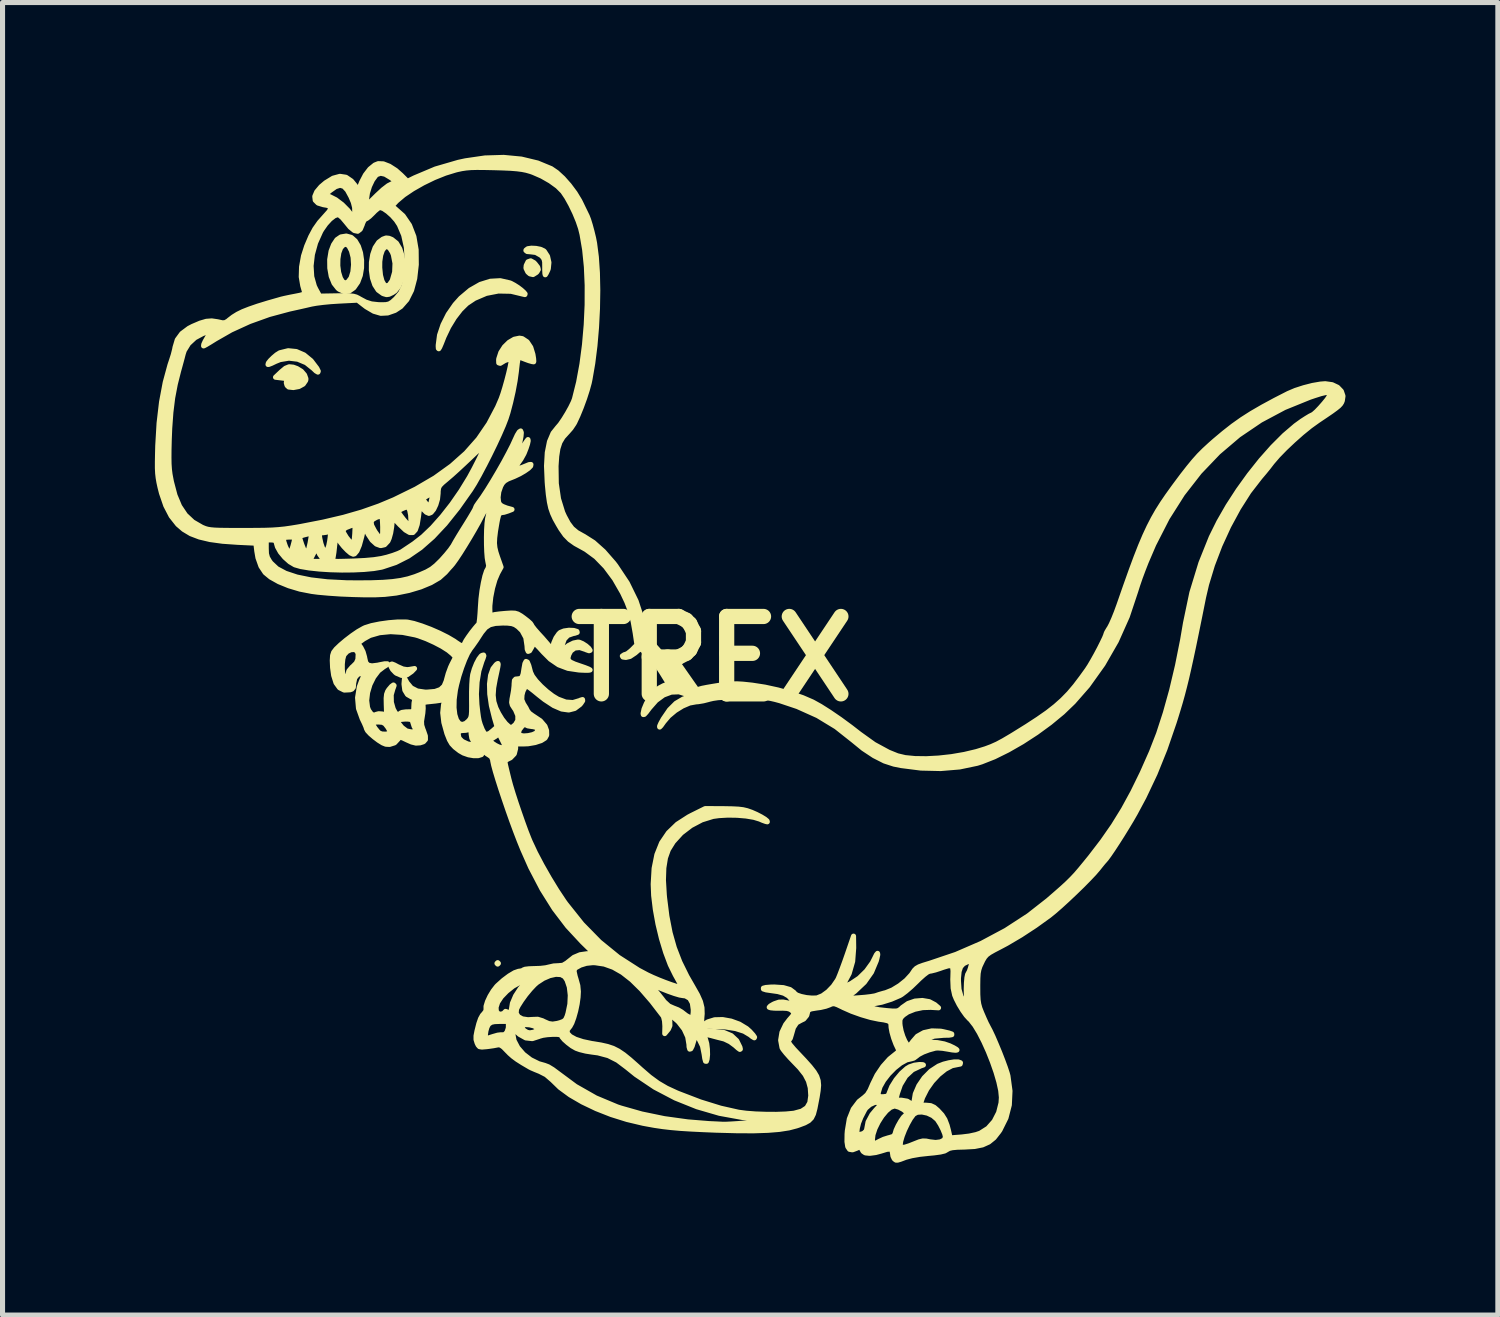
<source format=kicad_pcb>
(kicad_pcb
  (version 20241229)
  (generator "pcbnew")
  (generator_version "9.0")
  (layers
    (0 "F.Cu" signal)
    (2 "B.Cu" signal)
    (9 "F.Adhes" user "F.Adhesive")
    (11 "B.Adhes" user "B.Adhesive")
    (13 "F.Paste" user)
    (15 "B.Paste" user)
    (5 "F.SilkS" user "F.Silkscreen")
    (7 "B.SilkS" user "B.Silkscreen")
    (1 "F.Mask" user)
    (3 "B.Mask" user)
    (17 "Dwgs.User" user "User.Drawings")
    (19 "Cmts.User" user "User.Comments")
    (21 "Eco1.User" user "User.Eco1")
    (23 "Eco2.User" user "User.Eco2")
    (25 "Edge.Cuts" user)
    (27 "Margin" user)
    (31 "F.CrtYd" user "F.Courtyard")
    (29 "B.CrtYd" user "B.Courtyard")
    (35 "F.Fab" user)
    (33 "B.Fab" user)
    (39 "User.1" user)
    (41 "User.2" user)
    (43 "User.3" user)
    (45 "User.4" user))
  (footprint "TREX"
    (layer "F.Cu")
    (at 10.97 9.925)
    (property "Reference" "TREX" (at 0 0 0) (layer "F.SilkS") (effects (font (size 1.524 1.524) (thickness 0.3))))
    (attr through_hole)
    (fp_poly (pts (xy -4.205 5.997) (xy -4.219 6.011) (xy -4.233 5.997) (xy -4.219 5.983) (xy -4.205 5.997)) (stroke (width 0.1) (type solid)) (fill yes) (layer "F.SilkS"))
    (fp_poly (pts (xy -3.419 -7.667) (xy -3.444 -7.623) (xy -3.459 -7.608) (xy -3.523 -7.568) (xy -3.584 -7.582) (xy -3.626 -7.619) (xy -3.662 -7.694) (xy -3.657 -7.747) (xy -3.622 -7.819) (xy -3.569 -7.838) (xy -3.505 -7.803) (xy -3.481 -7.778) (xy -3.43 -7.712) (xy -3.419 -7.667)) (stroke (width 0.1) (type solid)) (fill yes) (layer "F.SilkS"))
    (fp_poly (pts (xy -5.856 0.191) (xy -5.913 0.25) (xy -6.008 0.316) (xy -6.111 0.327) (xy -6.213 0.283) (xy -6.232 0.268) (xy -6.289 0.208) (xy -6.32 0.151) (xy -6.322 0.138) (xy -6.318 0.108) (xy -6.3 0.102) (xy -6.254 0.12) (xy -6.188 0.155) (xy -6.085 0.2) (xy -6.001 0.213) (xy -5.955 0.208) (xy -5.856 0.191)) (stroke (width 0.1) (type solid)) (fill yes) (layer "F.SilkS"))
    (fp_poly (pts (xy -7.995 -5.516) (xy -7.999 -5.483) (xy -8.048 -5.411) (xy -8.135 -5.363) (xy -8.243 -5.343) (xy -8.333 -5.353) (xy -8.367 -5.384) (xy -8.382 -5.437) (xy -8.374 -5.486) (xy -8.347 -5.508) (xy -8.351 -5.513) (xy -8.4 -5.522) (xy -8.453 -5.529) (xy -8.594 -5.546) (xy -8.482 -5.652) (xy -8.397 -5.723) (xy -8.325 -5.752) (xy -8.246 -5.744) (xy -8.172 -5.717) (xy -8.084 -5.663) (xy -8.022 -5.591) (xy -7.995 -5.516)) (stroke (width 0.1) (type solid)) (fill yes) (layer "F.SilkS"))
    (fp_poly (pts (xy 0.84 7.451) (xy 0.835 7.463) (xy 0.794 7.439) (xy 0.754 7.406) (xy 0.634 7.334) (xy 0.469 7.281) (xy 0.266 7.249) (xy 0.092 7.241) (xy -0.022 7.238) (xy -0.11 7.232) (xy -0.162 7.224) (xy -0.169 7.219) (xy -0.147 7.193) (xy -0.092 7.157) (xy -0.078 7.149) (xy 0.054 7.108) (xy 0.21 7.104) (xy 0.377 7.134) (xy 0.539 7.193) (xy 0.683 7.28) (xy 0.747 7.337) (xy 0.811 7.408) (xy 0.84 7.451)) (stroke (width 0.1) (type solid)) (fill yes) (layer "F.SilkS"))
    (fp_poly (pts (xy -7.752 -5.665) (xy -7.759 -5.647) (xy -7.797 -5.669) (xy -7.848 -5.718) (xy -7.99 -5.832) (xy -8.155 -5.901) (xy -8.331 -5.922) (xy -8.506 -5.893) (xy -8.595 -5.857) (xy -8.672 -5.82) (xy -8.726 -5.799) (xy -8.742 -5.797) (xy -8.735 -5.826) (xy -8.696 -5.875) (xy -8.637 -5.933) (xy -8.572 -5.988) (xy -8.513 -6.025) (xy -8.504 -6.029) (xy -8.345 -6.068) (xy -8.186 -6.052) (xy -8.033 -5.986) (xy -7.893 -5.871) (xy -7.78 -5.722) (xy -7.752 -5.665)) (stroke (width 0.1) (type solid)) (fill yes) (layer "F.SilkS"))
    (fp_poly (pts (xy -3.21 -7.806) (xy -3.222 -7.685) (xy -3.232 -7.657) (xy -3.261 -7.596) (xy -3.281 -7.564) (xy -3.283 -7.564) (xy -3.289 -7.589) (xy -3.292 -7.655) (xy -3.292 -7.721) (xy -3.293 -7.816) (xy -3.307 -7.877) (xy -3.341 -7.923) (xy -3.367 -7.947) (xy -3.466 -8.003) (xy -3.56 -8.015) (xy -3.637 -8.022) (xy -3.663 -8.042) (xy -3.661 -8.05) (xy -3.626 -8.077) (xy -3.554 -8.087) (xy -3.466 -8.083) (xy -3.38 -8.066) (xy -3.313 -8.036) (xy -3.3 -8.025) (xy -3.237 -7.927) (xy -3.21 -7.806)) (stroke (width 0.1) (type solid)) (fill yes) (layer "F.SilkS"))
    (fp_poly (pts (xy -3.679 -7.188) (xy -3.683 -7.174) (xy -3.711 -7.18) (xy -3.956 -7.239) (xy -4.205 -7.244) (xy -4.447 -7.197) (xy -4.676 -7.099) (xy -4.829 -6.997) (xy -4.95 -6.878) (xy -5.072 -6.72) (xy -5.184 -6.537) (xy -5.276 -6.344) (xy -5.28 -6.334) (xy -5.328 -6.212) (xy -5.36 -6.138) (xy -5.379 -6.107) (xy -5.387 -6.114) (xy -5.39 -6.154) (xy -5.389 -6.183) (xy -5.364 -6.374) (xy -5.296 -6.578) (xy -5.193 -6.784) (xy -5.059 -6.977) (xy -4.947 -7.102) (xy -4.757 -7.262) (xy -4.561 -7.374) (xy -4.363 -7.436) (xy -4.169 -7.447) (xy -3.984 -7.405) (xy -3.96 -7.396) (xy -3.893 -7.36) (xy -3.822 -7.315) (xy -3.757 -7.266) (xy -3.707 -7.221) (xy -3.679 -7.188)) (stroke (width 0.1) (type solid)) (fill yes) (layer "F.SilkS"))
    (fp_poly (pts (xy -6.083 -7.781) (xy -6.086 -7.622) (xy -6.114 -7.473) (xy -6.165 -7.343) (xy -6.241 -7.246) (xy -6.241 -7.246) (xy -6.241 -7.79) (xy -6.273 -7.957) (xy -6.294 -8.01) (xy -6.345 -8.091) (xy -6.397 -8.121) (xy -6.447 -8.104) (xy -6.49 -8.046) (xy -6.523 -7.95) (xy -6.541 -7.824) (xy -6.542 -7.703) (xy -6.527 -7.553) (xy -6.497 -7.44) (xy -6.456 -7.368) (xy -6.407 -7.342) (xy -6.355 -7.364) (xy -6.302 -7.438) (xy -6.293 -7.458) (xy -6.248 -7.615) (xy -6.241 -7.79) (xy -6.241 -7.246) (xy -6.29 -7.213) (xy -6.359 -7.18) (xy -6.407 -7.173) (xy -6.463 -7.189) (xy -6.481 -7.196) (xy -6.572 -7.262) (xy -6.64 -7.367) (xy -6.685 -7.501) (xy -6.706 -7.653) (xy -6.705 -7.81) (xy -6.68 -7.962) (xy -6.633 -8.097) (xy -6.562 -8.204) (xy -6.48 -8.265) (xy -6.417 -8.288) (xy -6.36 -8.282) (xy -6.302 -8.258) (xy -6.212 -8.186) (xy -6.146 -8.074) (xy -6.102 -7.935) (xy -6.083 -7.781)) (stroke (width 0.1) (type solid)) (fill yes) (layer "F.SilkS"))
    (fp_poly (pts (xy -6.899 -7.85) (xy -6.9 -7.699) (xy -6.924 -7.553) (xy -6.974 -7.42) (xy -7.049 -7.312) (xy -7.055 -7.305) (xy -7.057 -7.304) (xy -7.057 -7.763) (xy -7.066 -7.908) (xy -7.098 -8.033) (xy -7.099 -8.036) (xy -7.146 -8.126) (xy -7.192 -8.165) (xy -7.246 -8.159) (xy -7.256 -8.154) (xy -7.31 -8.097) (xy -7.347 -7.999) (xy -7.366 -7.876) (xy -7.368 -7.742) (xy -7.351 -7.611) (xy -7.316 -7.497) (xy -7.275 -7.429) (xy -7.223 -7.399) (xy -7.167 -7.422) (xy -7.112 -7.494) (xy -7.105 -7.507) (xy -7.07 -7.621) (xy -7.057 -7.763) (xy -7.057 -7.304) (xy -7.147 -7.241) (xy -7.24 -7.232) (xy -7.339 -7.278) (xy -7.364 -7.298) (xy -7.442 -7.397) (xy -7.497 -7.534) (xy -7.525 -7.694) (xy -7.527 -7.864) (xy -7.5 -8.028) (xy -7.452 -8.154) (xy -7.385 -8.255) (xy -7.306 -8.309) (xy -7.201 -8.326) (xy -7.2 -8.326) (xy -7.103 -8.3) (xy -7.024 -8.23) (xy -6.962 -8.125) (xy -6.92 -7.995) (xy -6.899 -7.85)) (stroke (width 0.1) (type solid)) (fill yes) (layer "F.SilkS"))
    (fp_poly (pts (xy 12.428 -5.176) (xy 12.415 -5.085) (xy 12.401 -5.05) (xy 12.379 -5.016) (xy 12.344 -4.979) (xy 12.288 -4.934) (xy 12.206 -4.874) (xy 12.164 -4.845) (xy 12.164 -5.192) (xy 12.157 -5.226) (xy 12.131 -5.244) (xy 12.079 -5.243) (xy 11.994 -5.223) (xy 11.868 -5.183) (xy 11.773 -5.151) (xy 11.273 -4.948) (xy 10.806 -4.699) (xy 10.372 -4.405) (xy 9.971 -4.064) (xy 9.603 -3.679) (xy 9.268 -3.249) (xy 8.967 -2.774) (xy 8.701 -2.254) (xy 8.551 -1.905) (xy 8.491 -1.751) (xy 8.433 -1.595) (xy 8.385 -1.455) (xy 8.351 -1.348) (xy 8.349 -1.341) (xy 8.18 -0.834) (xy 7.964 -0.35) (xy 7.702 0.106) (xy 7.4 0.529) (xy 7.119 0.85) (xy 6.907 1.054) (xy 6.661 1.257) (xy 6.393 1.453) (xy 6.113 1.635) (xy 5.832 1.796) (xy 5.561 1.93) (xy 5.31 2.029) (xy 5.221 2.057) (xy 4.877 2.129) (xy 4.505 2.16) (xy 4.117 2.151) (xy 3.724 2.101) (xy 3.585 2.073) (xy 3.398 2.012) (xy 3.193 1.908) (xy 2.981 1.768) (xy 2.78 1.604) (xy 2.446 1.34) (xy 2.082 1.119) (xy 1.684 0.94) (xy 1.341 0.825) (xy 1.241 0.798) (xy 1.153 0.778) (xy 1.063 0.765) (xy 0.959 0.757) (xy 0.828 0.753) (xy 0.657 0.751) (xy 0.593 0.751) (xy 0.391 0.752) (xy 0.235 0.757) (xy 0.116 0.765) (xy 0.022 0.779) (xy -0.057 0.797) (xy -0.061 0.799) (xy -0.167 0.826) (xy -0.267 0.843) (xy -0.315 0.847) (xy -0.44 0.87) (xy -0.58 0.93) (xy -0.722 1.018) (xy -0.85 1.125) (xy -0.948 1.24) (xy -0.949 1.242) (xy -1.002 1.316) (xy -1.029 1.343) (xy -1.031 1.326) (xy -1.006 1.269) (xy -0.958 1.182) (xy -0.836 1.004) (xy -0.708 0.876) (xy -0.565 0.792) (xy -0.48 0.762) (xy -0.409 0.743) (xy -0.5 0.696) (xy -0.648 0.649) (xy -0.8 0.655) (xy -0.953 0.712) (xy -1.099 0.819) (xy -1.229 0.967) (xy -1.293 1.052) (xy -1.332 1.094) (xy -1.351 1.097) (xy -1.355 1.076) (xy -1.337 0.99) (xy -1.292 0.882) (xy -1.23 0.77) (xy -1.16 0.674) (xy -1.113 0.627) (xy -1.031 0.571) (xy -0.95 0.528) (xy -0.934 0.522) (xy -0.851 0.494) (xy -0.989 0.271) (xy -1.084 0.124) (xy -1.163 0.016) (xy -1.236 -0.065) (xy -1.314 -0.132) (xy -1.334 -0.146) (xy -1.412 -0.202) (xy -1.512 -0.115) (xy -1.614 -0.047) (xy -1.696 -0.028) (xy -1.752 -0.036) (xy -1.764 -0.056) (xy -1.764 -0.056) (xy -1.723 -0.083) (xy -1.707 -0.085) (xy -1.664 -0.103) (xy -1.603 -0.151) (xy -1.571 -0.18) (xy -1.476 -0.276) (xy -1.511 -0.512) (xy -1.551 -0.737) (xy -1.603 -0.932) (xy -1.675 -1.121) (xy -1.761 -1.303) (xy -1.918 -1.576) (xy -2.094 -1.813) (xy -2.282 -2.007) (xy -2.479 -2.152) (xy -2.543 -2.188) (xy -2.69 -2.269) (xy -2.8 -2.347) (xy -2.89 -2.439) (xy -2.975 -2.56) (xy -3.025 -2.644) (xy -3.09 -2.76) (xy -3.138 -2.865) (xy -3.174 -2.97) (xy -3.2 -3.089) (xy -3.221 -3.235) (xy -3.239 -3.42) (xy -3.244 -3.486) (xy -3.257 -3.799) (xy -3.242 -4.062) (xy -3.199 -4.278) (xy -3.128 -4.445) (xy -3.042 -4.553) (xy -2.988 -4.616) (xy -2.92 -4.715) (xy -2.848 -4.832) (xy -2.781 -4.952) (xy -2.73 -5.057) (xy -2.707 -5.118) (xy -2.625 -5.446) (xy -2.559 -5.805) (xy -2.509 -6.186) (xy -2.475 -6.578) (xy -2.457 -6.971) (xy -2.456 -7.356) (xy -2.472 -7.722) (xy -2.506 -8.059) (xy -2.557 -8.358) (xy -2.587 -8.48) (xy -2.634 -8.619) (xy -2.7 -8.779) (xy -2.778 -8.941) (xy -2.859 -9.087) (xy -2.933 -9.197) (xy -2.936 -9.202) (xy -3.04 -9.306) (xy -3.184 -9.41) (xy -3.35 -9.505) (xy -3.522 -9.58) (xy -3.57 -9.597) (xy -3.653 -9.621) (xy -3.738 -9.638) (xy -3.838 -9.651) (xy -3.962 -9.661) (xy -4.123 -9.668) (xy -4.29 -9.673) (xy -4.483 -9.677) (xy -4.631 -9.678) (xy -4.747 -9.675) (xy -4.841 -9.667) (xy -4.927 -9.654) (xy -5.015 -9.635) (xy -5.047 -9.627) (xy -5.252 -9.564) (xy -5.471 -9.476) (xy -5.689 -9.37) (xy -5.893 -9.254) (xy -6.07 -9.135) (xy -6.198 -9.027) (xy -6.198 -9.385) (xy -6.322 -9.476) (xy -6.435 -9.544) (xy -6.525 -9.564) (xy -6.6 -9.537) (xy -6.62 -9.519) (xy -6.685 -9.43) (xy -6.743 -9.308) (xy -6.784 -9.176) (xy -6.801 -9.059) (xy -6.801 -9.055) (xy -6.802 -8.925) (xy -6.597 -9.128) (xy -6.476 -9.24) (xy -6.373 -9.319) (xy -6.296 -9.358) (xy -6.295 -9.358) (xy -6.198 -9.385) (xy -6.198 -9.027) (xy -6.207 -9.019) (xy -6.223 -9.003) (xy -6.274 -8.947) (xy -6.29 -8.915) (xy -6.273 -8.89) (xy -6.251 -8.875) (xy -6.082 -8.725) (xy -5.955 -8.539) (xy -5.869 -8.316) (xy -5.825 -8.056) (xy -5.822 -7.764) (xy -5.853 -7.49) (xy -5.914 -7.26) (xy -6 -7.088) (xy -6 -7.832) (xy -6.017 -8.104) (xy -6.07 -8.345) (xy -6.156 -8.548) (xy -6.217 -8.641) (xy -6.297 -8.731) (xy -6.386 -8.81) (xy -6.469 -8.867) (xy -6.534 -8.89) (xy -6.536 -8.89) (xy -6.575 -8.871) (xy -6.635 -8.821) (xy -6.678 -8.777) (xy -6.743 -8.714) (xy -6.797 -8.673) (xy -6.819 -8.664) (xy -6.849 -8.64) (xy -6.878 -8.578) (xy -6.885 -8.554) (xy -6.924 -8.461) (xy -6.976 -8.421) (xy -7.033 -8.433) (xy -7.033 -8.788) (xy -7.036 -8.889) (xy -7.062 -8.992) (xy -7.108 -9.101) (xy -7.178 -9.23) (xy -7.247 -9.305) (xy -7.323 -9.327) (xy -7.412 -9.299) (xy -7.521 -9.222) (xy -7.532 -9.213) (xy -7.624 -9.135) (xy -7.528 -9.102) (xy -7.409 -9.042) (xy -7.283 -8.947) (xy -7.169 -8.832) (xy -7.12 -8.768) (xy -7.041 -8.654) (xy -7.033 -8.788) (xy -7.033 -8.433) (xy -7.042 -8.435) (xy -7.124 -8.502) (xy -7.21 -8.607) (xy -7.278 -8.688) (xy -7.338 -8.738) (xy -7.367 -8.749) (xy -7.435 -8.725) (xy -7.518 -8.661) (xy -7.604 -8.567) (xy -7.684 -8.453) (xy -7.706 -8.415) (xy -7.805 -8.194) (xy -7.868 -7.965) (xy -7.894 -7.739) (xy -7.881 -7.527) (xy -7.829 -7.34) (xy -7.801 -7.282) (xy -7.725 -7.143) (xy -7.383 -7.149) (xy -7.236 -7.15) (xy -7.133 -7.148) (xy -7.06 -7.141) (xy -7.006 -7.126) (xy -6.958 -7.102) (xy -6.935 -7.088) (xy -6.819 -7.026) (xy -6.707 -6.99) (xy -6.574 -6.975) (xy -6.513 -6.973) (xy -6.42 -6.975) (xy -6.356 -6.989) (xy -6.298 -7.025) (xy -6.226 -7.091) (xy -6.132 -7.202) (xy -6.066 -7.333) (xy -6.024 -7.494) (xy -6.003 -7.693) (xy -6 -7.832) (xy -6 -7.088) (xy -6.006 -7.075) (xy -6.127 -6.937) (xy -6.242 -6.862) (xy -6.385 -6.812) (xy -6.52 -6.805) (xy -6.657 -6.845) (xy -6.807 -6.933) (xy -6.867 -6.979) (xy -6.976 -7.064) (xy -7.347 -7.045) (xy -7.505 -7.035) (xy -7.66 -7.02) (xy -7.793 -7.003) (xy -7.888 -6.986) (xy -7.995 -6.961) (xy -8.132 -6.93) (xy -8.277 -6.898) (xy -8.326 -6.887) (xy -8.72 -6.781) (xy -9.107 -6.642) (xy -9.47 -6.476) (xy -9.778 -6.3) (xy -9.876 -6.239) (xy -9.954 -6.192) (xy -10.002 -6.166) (xy -10.011 -6.163) (xy -10.007 -6.194) (xy -9.98 -6.254) (xy -9.94 -6.324) (xy -9.898 -6.388) (xy -9.862 -6.429) (xy -9.857 -6.432) (xy -9.826 -6.456) (xy -9.842 -6.461) (xy -9.896 -6.45) (xy -9.981 -6.423) (xy -10.03 -6.405) (xy -10.183 -6.323) (xy -10.307 -6.208) (xy -10.391 -6.071) (xy -10.412 -6.006) (xy -10.435 -5.917) (xy -10.467 -5.799) (xy -10.501 -5.676) (xy -10.502 -5.673) (xy -10.569 -5.407) (xy -10.62 -5.139) (xy -10.655 -4.855) (xy -10.678 -4.54) (xy -10.687 -4.318) (xy -10.692 -4.117) (xy -10.693 -3.961) (xy -10.691 -3.837) (xy -10.684 -3.732) (xy -10.672 -3.635) (xy -10.653 -3.534) (xy -10.644 -3.487) (xy -10.574 -3.221) (xy -10.483 -3.004) (xy -10.367 -2.831) (xy -10.223 -2.696) (xy -10.047 -2.594) (xy -10.027 -2.585) (xy -9.98 -2.566) (xy -9.931 -2.552) (xy -9.871 -2.542) (xy -9.793 -2.535) (xy -9.688 -2.531) (xy -9.549 -2.529) (xy -9.366 -2.528) (xy -9.215 -2.528) (xy -8.99 -2.529) (xy -8.809 -2.531) (xy -8.661 -2.536) (xy -8.532 -2.545) (xy -8.412 -2.557) (xy -8.287 -2.575) (xy -8.146 -2.598) (xy -8.101 -2.606) (xy -7.654 -2.693) (xy -7.254 -2.787) (xy -6.89 -2.892) (xy -6.552 -3.011) (xy -6.258 -3.134) (xy -5.83 -3.344) (xy -5.454 -3.564) (xy -5.126 -3.8) (xy -4.842 -4.053) (xy -4.599 -4.328) (xy -4.394 -4.628) (xy -4.221 -4.957) (xy -4.15 -5.122) (xy -4.116 -5.218) (xy -4.078 -5.342) (xy -4.039 -5.481) (xy -4.003 -5.62) (xy -3.974 -5.745) (xy -3.956 -5.842) (xy -3.951 -5.887) (xy -3.973 -5.9) (xy -4.024 -5.894) (xy -4.082 -5.873) (xy -4.108 -5.857) (xy -4.169 -5.82) (xy -4.198 -5.829) (xy -4.2 -5.887) (xy -4.197 -5.91) (xy -4.157 -6.033) (xy -4.086 -6.144) (xy -3.994 -6.234) (xy -3.892 -6.294) (xy -3.79 -6.315) (xy -3.734 -6.306) (xy -3.639 -6.243) (xy -3.567 -6.134) (xy -3.525 -5.996) (xy -3.512 -5.915) (xy -3.508 -5.862) (xy -3.51 -5.85) (xy -3.54 -5.854) (xy -3.606 -5.873) (xy -3.666 -5.895) (xy -3.81 -5.95) (xy -3.822 -5.889) (xy -3.832 -5.828) (xy -3.843 -5.734) (xy -3.851 -5.659) (xy -3.876 -5.478) (xy -3.915 -5.267) (xy -3.964 -5.05) (xy -4.017 -4.849) (xy -4.053 -4.736) (xy -4.106 -4.598) (xy -4.182 -4.423) (xy -4.273 -4.226) (xy -4.375 -4.017) (xy -4.48 -3.81) (xy -4.489 -3.794) (xy -4.489 -4.178) (xy -4.511 -4.18) (xy -4.564 -4.142) (xy -4.647 -4.067) (xy -4.762 -3.958) (xy -4.763 -3.957) (xy -4.886 -3.841) (xy -5.011 -3.725) (xy -5.124 -3.623) (xy -5.213 -3.547) (xy -5.228 -3.534) (xy -5.311 -3.464) (xy -5.36 -3.413) (xy -5.383 -3.365) (xy -5.391 -3.304) (xy -5.392 -3.26) (xy -5.404 -3.146) (xy -5.436 -3.037) (xy -5.48 -2.944) (xy -5.496 -2.925) (xy -5.496 -3.276) (xy -5.598 -3.216) (xy -5.701 -3.155) (xy -5.641 -3.071) (xy -5.594 -3.019) (xy -5.56 -3.015) (xy -5.535 -3.063) (xy -5.515 -3.155) (xy -5.496 -3.276) (xy -5.496 -2.925) (xy -5.531 -2.882) (xy -5.573 -2.865) (xy -5.624 -2.887) (xy -5.679 -2.942) (xy -5.689 -2.954) (xy -5.749 -3.044) (xy -5.778 -2.806) (xy -5.804 -2.646) (xy -5.84 -2.54) (xy -5.888 -2.488) (xy -5.927 -2.488) (xy -5.927 -2.72) (xy -5.933 -2.833) (xy -5.951 -2.924) (xy -5.976 -2.98) (xy -5.995 -2.992) (xy -6.044 -2.981) (xy -6.106 -2.955) (xy -6.159 -2.926) (xy -6.18 -2.904) (xy -6.164 -2.869) (xy -6.122 -2.81) (xy -6.068 -2.74) (xy -6.013 -2.677) (xy -5.97 -2.634) (xy -5.954 -2.625) (xy -5.936 -2.649) (xy -5.927 -2.71) (xy -5.927 -2.72) (xy -5.927 -2.488) (xy -5.952 -2.488) (xy -6.035 -2.537) (xy -6.139 -2.636) (xy -6.142 -2.638) (xy -6.288 -2.793) (xy -6.307 -2.599) (xy -6.326 -2.481) (xy -6.355 -2.376) (xy -6.38 -2.318) (xy -6.446 -2.248) (xy -6.483 -2.239) (xy -6.483 -2.596) (xy -6.487 -2.697) (xy -6.494 -2.775) (xy -6.5 -2.812) (xy -6.501 -2.813) (xy -6.532 -2.811) (xy -6.595 -2.791) (xy -6.615 -2.783) (xy -6.684 -2.744) (xy -6.712 -2.697) (xy -6.701 -2.629) (xy -6.651 -2.533) (xy -6.632 -2.501) (xy -6.57 -2.415) (xy -6.526 -2.381) (xy -6.498 -2.399) (xy -6.484 -2.471) (xy -6.483 -2.596) (xy -6.483 -2.239) (xy -6.524 -2.23) (xy -6.607 -2.26) (xy -6.692 -2.337) (xy -6.771 -2.457) (xy -6.801 -2.517) (xy -6.847 -2.621) (xy -6.897 -2.404) (xy -6.943 -2.237) (xy -6.99 -2.125) (xy -7.025 -2.083) (xy -7.025 -2.651) (xy -7.118 -2.62) (xy -7.211 -2.583) (xy -7.257 -2.548) (xy -7.262 -2.506) (xy -7.248 -2.474) (xy -7.198 -2.391) (xy -7.142 -2.321) (xy -7.094 -2.277) (xy -7.07 -2.269) (xy -7.054 -2.299) (xy -7.041 -2.369) (xy -7.033 -2.464) (xy -7.025 -2.651) (xy -7.025 -2.083) (xy -7.038 -2.068) (xy -7.063 -2.061) (xy -7.113 -2.083) (xy -7.179 -2.139) (xy -7.251 -2.214) (xy -7.314 -2.293) (xy -7.356 -2.363) (xy -7.366 -2.399) (xy -7.382 -2.419) (xy -7.39 -2.416) (xy -7.405 -2.382) (xy -7.42 -2.308) (xy -7.432 -2.209) (xy -7.432 -2.205) (xy -7.444 -2.098) (xy -7.458 -2.01) (xy -7.469 -1.96) (xy -7.473 -1.941) (xy -7.462 -1.929) (xy -7.428 -1.921) (xy -7.363 -1.918) (xy -7.261 -1.92) (xy -7.112 -1.924) (xy -7.053 -1.926) (xy -6.831 -1.937) (xy -6.653 -1.953) (xy -6.506 -1.976) (xy -6.397 -2.002) (xy -6.282 -2.037) (xy -6.179 -2.075) (xy -6.108 -2.108) (xy -6.101 -2.113) (xy -6.037 -2.156) (xy -5.947 -2.216) (xy -5.868 -2.269) (xy -5.693 -2.405) (xy -5.505 -2.585) (xy -5.313 -2.801) (xy -5.123 -3.043) (xy -4.942 -3.304) (xy -4.777 -3.573) (xy -4.687 -3.739) (xy -4.596 -3.918) (xy -4.532 -4.05) (xy -4.496 -4.136) (xy -4.489 -4.178) (xy -4.489 -3.794) (xy -4.582 -3.618) (xy -4.675 -3.453) (xy -4.752 -3.33) (xy -5.007 -2.969) (xy -5.254 -2.66) (xy -5.497 -2.401) (xy -5.738 -2.189) (xy -5.981 -2.022) (xy -6.229 -1.897) (xy -6.484 -1.812) (xy -6.509 -1.805) (xy -6.66 -1.779) (xy -6.848 -1.761) (xy -7.06 -1.751) (xy -7.286 -1.749) (xy -7.51 -1.755) (xy -7.51 -2.479) (xy -7.512 -2.523) (xy -7.526 -2.528) (xy -7.537 -2.519) (xy -7.592 -2.493) (xy -7.657 -2.484) (xy -7.71 -2.48) (xy -7.73 -2.459) (xy -7.727 -2.405) (xy -7.722 -2.372) (xy -7.699 -2.269) (xy -7.669 -2.183) (xy -7.636 -2.129) (xy -7.616 -2.117) (xy -7.587 -2.138) (xy -7.565 -2.17) (xy -7.546 -2.227) (xy -7.528 -2.317) (xy -7.518 -2.389) (xy -7.51 -2.479) (xy -7.51 -1.755) (xy -7.514 -1.755) (xy -7.61 -1.761) (xy -7.61 -1.919) (xy -7.673 -1.986) (xy -7.726 -2.06) (xy -7.757 -2.131) (xy -7.77 -2.172) (xy -7.783 -2.181) (xy -7.806 -2.15) (xy -7.846 -2.076) (xy -7.853 -2.064) (xy -7.885 -2.001) (xy -7.885 -2.476) (xy -7.912 -2.472) (xy -7.97 -2.457) (xy -8.04 -2.439) (xy -8.098 -2.421) (xy -8.121 -2.412) (xy -8.119 -2.385) (xy -8.101 -2.324) (xy -8.076 -2.249) (xy -8.047 -2.177) (xy -8.036 -2.151) (xy -8.001 -2.102) (xy -7.969 -2.108) (xy -7.939 -2.169) (xy -7.912 -2.286) (xy -7.912 -2.288) (xy -7.896 -2.382) (xy -7.886 -2.449) (xy -7.885 -2.476) (xy -7.885 -2.001) (xy -7.928 -1.919) (xy -7.769 -1.919) (xy -7.61 -1.919) (xy -7.61 -1.761) (xy -7.732 -1.769) (xy -7.929 -1.79) (xy -8.072 -1.814) (xy -8.072 -1.968) (xy -8.09 -2.02) (xy -8.129 -2.049) (xy -8.157 -2.045) (xy -8.174 -2.02) (xy -8.142 -1.986) (xy -8.141 -1.985) (xy -8.092 -1.953) (xy -8.074 -1.953) (xy -8.072 -1.968) (xy -8.072 -1.814) (xy -8.093 -1.817) (xy -8.208 -1.85) (xy -8.208 -2.399) (xy -8.323 -2.399) (xy -8.396 -2.394) (xy -8.432 -2.371) (xy -8.434 -2.321) (xy -8.405 -2.233) (xy -8.393 -2.202) (xy -8.353 -2.12) (xy -8.318 -2.092) (xy -8.287 -2.119) (xy -8.272 -2.152) (xy -8.249 -2.226) (xy -8.228 -2.307) (xy -8.208 -2.399) (xy -8.208 -1.85) (xy -8.212 -1.851) (xy -8.313 -1.911) (xy -8.413 -2) (xy -8.499 -2.104) (xy -8.556 -2.206) (xy -8.568 -2.247) (xy -8.586 -2.312) (xy -8.622 -2.338) (xy -8.681 -2.342) (xy -8.777 -2.342) (xy -8.777 -2.175) (xy -8.773 -2.071) (xy -8.753 -1.995) (xy -8.71 -1.921) (xy -8.684 -1.886) (xy -8.567 -1.776) (xy -8.397 -1.685) (xy -8.174 -1.611) (xy -7.9 -1.555) (xy -7.575 -1.517) (xy -7.198 -1.498) (xy -6.979 -1.496) (xy -6.705 -1.498) (xy -6.478 -1.506) (xy -6.288 -1.521) (xy -6.125 -1.544) (xy -5.981 -1.576) (xy -5.845 -1.619) (xy -5.75 -1.656) (xy -5.619 -1.713) (xy -5.521 -1.769) (xy -5.435 -1.837) (xy -5.339 -1.931) (xy -5.32 -1.951) (xy -5.232 -2.05) (xy -5.153 -2.147) (xy -5.097 -2.227) (xy -5.084 -2.251) (xy -5.047 -2.317) (xy -4.988 -2.416) (xy -4.915 -2.535) (xy -4.843 -2.65) (xy -4.772 -2.765) (xy -4.713 -2.864) (xy -4.672 -2.935) (xy -4.657 -2.97) (xy -4.657 -2.971) (xy -4.641 -3.009) (xy -4.602 -3.067) (xy -4.598 -3.072) (xy -4.52 -3.18) (xy -4.424 -3.326) (xy -4.318 -3.498) (xy -4.208 -3.684) (xy -4.101 -3.872) (xy -4.006 -4.049) (xy -3.927 -4.203) (xy -3.884 -4.297) (xy -3.834 -4.405) (xy -3.794 -4.47) (xy -3.766 -4.488) (xy -3.754 -4.458) (xy -3.754 -4.446) (xy -3.76 -4.38) (xy -3.778 -4.288) (xy -3.801 -4.193) (xy -3.825 -4.114) (xy -3.844 -4.072) (xy -3.862 -4.021) (xy -3.86 -4.003) (xy -3.841 -4.008) (xy -3.802 -4.052) (xy -3.75 -4.127) (xy -3.741 -4.143) (xy -3.687 -4.228) (xy -3.645 -4.29) (xy -3.623 -4.318) (xy -3.622 -4.318) (xy -3.618 -4.294) (xy -3.631 -4.233) (xy -3.658 -4.15) (xy -3.694 -4.058) (xy -3.704 -4.036) (xy -3.76 -3.935) (xy -3.829 -3.838) (xy -3.849 -3.814) (xy -3.937 -3.719) (xy -3.838 -3.74) (xy -3.744 -3.767) (xy -3.659 -3.801) (xy -3.6 -3.825) (xy -3.564 -3.828) (xy -3.564 -3.827) (xy -3.569 -3.798) (xy -3.614 -3.752) (xy -3.69 -3.699) (xy -3.784 -3.644) (xy -3.887 -3.595) (xy -3.916 -3.583) (xy -4.021 -3.541) (xy -4.086 -3.502) (xy -4.129 -3.455) (xy -4.159 -3.4) (xy -4.197 -3.291) (xy -4.211 -3.181) (xy -4.202 -3.087) (xy -4.174 -3.034) (xy -4.12 -3.001) (xy -4.043 -2.971) (xy -4.036 -2.969) (xy -3.937 -2.942) (xy -4.016 -2.911) (xy -4.092 -2.887) (xy -4.148 -2.879) (xy -4.178 -2.868) (xy -4.201 -2.829) (xy -4.221 -2.75) (xy -4.233 -2.688) (xy -4.262 -2.515) (xy -4.278 -2.383) (xy -4.283 -2.279) (xy -4.274 -2.189) (xy -4.253 -2.1) (xy -4.224 -2.011) (xy -4.152 -1.807) (xy -4.218 -1.687) (xy -4.273 -1.558) (xy -4.32 -1.395) (xy -4.355 -1.218) (xy -4.373 -1.05) (xy -4.374 -1) (xy -4.372 -0.91) (xy -4.364 -0.866) (xy -4.345 -0.855) (xy -4.325 -0.86) (xy -4.274 -0.872) (xy -4.184 -0.884) (xy -4.075 -0.894) (xy -4.062 -0.895) (xy -3.952 -0.902) (xy -3.878 -0.899) (xy -3.821 -0.882) (xy -3.759 -0.846) (xy -3.702 -0.805) (xy -3.627 -0.747) (xy -3.574 -0.699) (xy -3.556 -0.673) (xy -3.538 -0.64) (xy -3.491 -0.579) (xy -3.425 -0.504) (xy -3.421 -0.499) (xy -3.338 -0.409) (xy -3.26 -0.319) (xy -3.209 -0.259) (xy -3.161 -0.205) (xy -3.139 -0.193) (xy -3.133 -0.22) (xy -3.133 -0.22) (xy -3.115 -0.311) (xy -3.072 -0.411) (xy -3.015 -0.493) (xy -2.986 -0.52) (xy -2.913 -0.549) (xy -2.816 -0.563) (xy -2.721 -0.559) (xy -2.658 -0.54) (xy -2.653 -0.521) (xy -2.702 -0.504) (xy -2.735 -0.498) (xy -2.838 -0.462) (xy -2.907 -0.389) (xy -2.949 -0.272) (xy -2.955 -0.238) (xy -2.972 -0.132) (xy -2.913 -0.192) (xy -2.823 -0.263) (xy -2.725 -0.312) (xy -2.638 -0.33) (xy -2.612 -0.327) (xy -2.548 -0.3) (xy -2.478 -0.255) (xy -2.423 -0.206) (xy -2.399 -0.168) (xy -2.399 -0.167) (xy -2.42 -0.16) (xy -2.473 -0.178) (xy -2.482 -0.183) (xy -2.602 -0.223) (xy -2.703 -0.213) (xy -2.78 -0.155) (xy -2.819 -0.081) (xy -2.835 -0.019) (xy -2.827 0.027) (xy -2.787 0.064) (xy -2.707 0.101) (xy -2.598 0.139) (xy -2.502 0.172) (xy -2.431 0.2) (xy -2.4 0.217) (xy -2.399 0.219) (xy -2.425 0.224) (xy -2.493 0.225) (xy -2.592 0.221) (xy -2.62 0.219) (xy -2.835 0.187) (xy -3.018 0.118) (xy -3.182 0.006) (xy -3.32 -0.132) (xy -3.393 -0.213) (xy -3.453 -0.275) (xy -3.49 -0.308) (xy -3.495 -0.31) (xy -3.518 -0.287) (xy -3.549 -0.231) (xy -3.551 -0.226) (xy -3.59 -0.159) (xy -3.619 -0.147) (xy -3.637 -0.19) (xy -3.641 -0.255) (xy -3.665 -0.418) (xy -3.738 -0.554) (xy -3.817 -0.631) (xy -3.877 -0.672) (xy -3.939 -0.694) (xy -4.022 -0.704) (xy -4.117 -0.706) (xy -4.265 -0.698) (xy -4.373 -0.672) (xy -4.457 -0.617) (xy -4.533 -0.525) (xy -4.572 -0.466) (xy -4.64 -0.361) (xy -4.713 -0.257) (xy -4.759 -0.196) (xy -4.811 -0.112) (xy -4.869 0.014) (xy -4.928 0.169) (xy -4.983 0.337) (xy -5.028 0.507) (xy -5.048 0.598) (xy -5.048 -0.034) (xy -5.107 -0.097) (xy -5.191 -0.167) (xy -5.315 -0.246) (xy -5.464 -0.324) (xy -5.623 -0.396) (xy -5.777 -0.453) (xy -5.839 -0.471) (xy -6.09 -0.521) (xy -6.329 -0.536) (xy -6.546 -0.515) (xy -6.734 -0.461) (xy -6.858 -0.392) (xy -6.973 -0.308) (xy -6.912 -0.222) (xy -6.869 -0.137) (xy -6.84 -0.035) (xy -6.836 -0.011) (xy -6.816 0.075) (xy -6.772 0.124) (xy -6.696 0.139) (xy -6.581 0.125) (xy -6.54 0.116) (xy -6.441 0.097) (xy -6.393 0.097) (xy -6.396 0.114) (xy -6.452 0.15) (xy -6.461 0.154) (xy -6.569 0.237) (xy -6.661 0.359) (xy -6.734 0.506) (xy -6.781 0.664) (xy -6.799 0.819) (xy -6.782 0.957) (xy -6.76 1.015) (xy -6.705 1.091) (xy -6.649 1.111) (xy -6.612 1.094) (xy -6.562 1.081) (xy -6.492 1.086) (xy -6.406 1.105) (xy -6.413 0.894) (xy -6.415 0.776) (xy -6.407 0.698) (xy -6.386 0.641) (xy -6.362 0.604) (xy -6.309 0.542) (xy -6.272 0.515) (xy -6.259 0.526) (xy -6.276 0.576) (xy -6.28 0.583) (xy -6.316 0.709) (xy -6.313 0.856) (xy -6.276 0.987) (xy -6.233 1.067) (xy -6.187 1.1) (xy -6.146 1.083) (xy -6.138 1.072) (xy -6.102 1.055) (xy -6.03 1.045) (xy -5.996 1.044) (xy -5.918 1.042) (xy -5.882 1.027) (xy -5.871 0.988) (xy -5.87 0.948) (xy -5.866 0.869) (xy -5.855 0.812) (xy -5.854 0.81) (xy -5.864 0.771) (xy -5.911 0.751) (xy -5.995 0.703) (xy -6.048 0.616) (xy -6.063 0.501) (xy -6.063 0.489) (xy -6.054 0.381) (xy -6.004 0.472) (xy -5.921 0.572) (xy -5.803 0.633) (xy -5.646 0.656) (xy -5.603 0.655) (xy -5.451 0.642) (xy -5.345 0.604) (xy -5.275 0.538) (xy -5.233 0.438) (xy -5.225 0.406) (xy -5.193 0.29) (xy -5.147 0.165) (xy -5.122 0.111) (xy -5.048 -0.034) (xy -5.048 0.598) (xy -5.052 0.618) (xy -5.076 0.801) (xy -5.079 0.963) (xy -5.063 1.099) (xy -5.03 1.203) (xy -4.982 1.27) (xy -4.922 1.295) (xy -4.851 1.273) (xy -4.796 1.226) (xy -4.768 1.193) (xy -4.749 1.158) (xy -4.738 1.11) (xy -4.733 1.037) (xy -4.732 0.928) (xy -4.733 0.796) (xy -4.733 0.646) (xy -4.729 0.504) (xy -4.721 0.387) (xy -4.711 0.311) (xy -4.68 0.202) (xy -4.637 0.094) (xy -4.589 0.003) (xy -4.544 -0.056) (xy -4.526 -0.068) (xy -4.497 -0.075) (xy -4.491 -0.06) (xy -4.506 -0.011) (xy -4.53 0.049) (xy -4.589 0.235) (xy -4.625 0.456) (xy -4.638 0.693) (xy -4.628 0.898) (xy -4.612 1.043) (xy -4.598 1.146) (xy -4.583 1.224) (xy -4.563 1.291) (xy -4.535 1.362) (xy -4.524 1.39) (xy -4.483 1.465) (xy -4.437 1.491) (xy -4.378 1.467) (xy -4.317 1.418) (xy -4.23 1.341) (xy -4.284 1.157) (xy -4.343 0.917) (xy -4.375 0.694) (xy -4.38 0.494) (xy -4.359 0.325) (xy -4.312 0.194) (xy -4.249 0.114) (xy -4.226 0.096) (xy -4.213 0.092) (xy -4.209 0.11) (xy -4.216 0.159) (xy -4.234 0.247) (xy -4.263 0.381) (xy -4.265 0.388) (xy -4.298 0.57) (xy -4.308 0.716) (xy -4.294 0.843) (xy -4.254 0.967) (xy -4.2 1.077) (xy -4.133 1.187) (xy -4.062 1.277) (xy -3.997 1.336) (xy -3.953 1.355) (xy -3.921 1.337) (xy -3.87 1.295) (xy -3.869 1.294) (xy -3.822 1.215) (xy -3.822 1.115) (xy -3.869 1.003) (xy -3.896 0.964) (xy -3.931 0.909) (xy -3.944 0.858) (xy -3.936 0.788) (xy -3.926 0.736) (xy -3.907 0.63) (xy -3.896 0.529) (xy -3.895 0.492) (xy -3.889 0.426) (xy -3.865 0.399) (xy -3.826 0.395) (xy -3.773 0.388) (xy -3.739 0.359) (xy -3.717 0.296) (xy -3.701 0.194) (xy -3.683 0.094) (xy -3.661 0.051) (xy -3.635 0.063) (xy -3.606 0.132) (xy -3.573 0.257) (xy -3.571 0.265) (xy -3.535 0.341) (xy -3.463 0.437) (xy -3.365 0.541) (xy -3.253 0.642) (xy -3.138 0.73) (xy -3.036 0.792) (xy -2.878 0.851) (xy -2.736 0.861) (xy -2.602 0.821) (xy -2.589 0.814) (xy -2.548 0.802) (xy -2.545 0.825) (xy -2.578 0.875) (xy -2.599 0.9) (xy -2.702 0.977) (xy -2.82 1.007) (xy -2.958 0.988) (xy -3.115 0.92) (xy -3.295 0.802) (xy -3.417 0.706) (xy -3.507 0.632) (xy -3.582 0.574) (xy -3.63 0.541) (xy -3.641 0.536) (xy -3.683 0.563) (xy -3.72 0.635) (xy -3.74 0.711) (xy -3.745 0.804) (xy -3.713 0.881) (xy -3.705 0.895) (xy -3.661 0.965) (xy -3.632 1.024) (xy -3.632 1.024) (xy -3.596 1.071) (xy -3.532 1.118) (xy -3.524 1.123) (xy -3.378 1.22) (xy -3.288 1.325) (xy -3.256 1.413) (xy -3.254 1.502) (xy -3.286 1.561) (xy -3.364 1.61) (xy -3.424 1.629) (xy -3.424 1.393) (xy -3.443 1.356) (xy -3.514 1.336) (xy -3.551 1.332) (xy -3.624 1.32) (xy -3.665 1.3) (xy -3.669 1.292) (xy -3.686 1.287) (xy -3.729 1.317) (xy -3.739 1.326) (xy -3.793 1.396) (xy -3.809 1.459) (xy -3.783 1.503) (xy -3.775 1.507) (xy -3.706 1.519) (xy -3.615 1.512) (xy -3.527 1.492) (xy -3.463 1.462) (xy -3.452 1.45) (xy -3.424 1.393) (xy -3.424 1.629) (xy -3.481 1.648) (xy -3.62 1.672) (xy -3.718 1.676) (xy -3.866 1.676) (xy -3.866 1.767) (xy -3.892 1.871) (xy -3.966 1.948) (xy -4.023 1.976) (xy -4.064 2) (xy -4.064 1.738) (xy -4.076 1.708) (xy -4.106 1.644) (xy -4.128 1.599) (xy -4.192 1.472) (xy -4.262 1.526) (xy -4.325 1.565) (xy -4.374 1.581) (xy -4.39 1.594) (xy -4.368 1.625) (xy -4.321 1.665) (xy -4.26 1.705) (xy -4.197 1.736) (xy -4.145 1.75) (xy -4.143 1.75) (xy -4.086 1.746) (xy -4.064 1.738) (xy -4.064 2) (xy -4.065 2) (xy -4.074 2.04) (xy -4.064 2.094) (xy -4.046 2.171) (xy -4.02 2.278) (xy -3.997 2.372) (xy -3.965 2.49) (xy -3.917 2.648) (xy -3.858 2.831) (xy -3.792 3.025) (xy -3.725 3.217) (xy -3.661 3.393) (xy -3.604 3.538) (xy -3.579 3.598) (xy -3.476 3.818) (xy -3.347 4.063) (xy -3.203 4.316) (xy -3.054 4.56) (xy -2.91 4.777) (xy -2.876 4.824) (xy -2.557 5.224) (xy -2.214 5.574) (xy -1.844 5.875) (xy -1.447 6.13) (xy -1.27 6.224) (xy -1.165 6.273) (xy -1.045 6.324) (xy -0.92 6.373) (xy -0.802 6.416) (xy -0.701 6.449) (xy -0.628 6.469) (xy -0.594 6.471) (xy -0.593 6.468) (xy -0.606 6.437) (xy -0.642 6.368) (xy -0.693 6.275) (xy -0.722 6.223) (xy -0.82 6.023) (xy -0.911 5.78) (xy -0.993 5.509) (xy -1.062 5.222) (xy -1.114 4.935) (xy -1.147 4.661) (xy -1.156 4.437) (xy -1.138 4.126) (xy -1.084 3.857) (xy -0.991 3.624) (xy -0.857 3.426) (xy -0.681 3.256) (xy -0.459 3.113) (xy -0.4 3.082) (xy -0.132 2.949) (xy 0.237 2.951) (xy 0.4 2.954) (xy 0.52 2.96) (xy 0.612 2.971) (xy 0.692 2.99) (xy 0.772 3.018) (xy 0.776 3.019) (xy 0.876 3.063) (xy 0.969 3.111) (xy 1.043 3.156) (xy 1.086 3.192) (xy 1.091 3.209) (xy 1.062 3.203) (xy 0.998 3.18) (xy 0.943 3.156) (xy 0.828 3.121) (xy 0.673 3.095) (xy 0.496 3.08) (xy 0.312 3.077) (xy 0.138 3.087) (xy 0.021 3.103) (xy -0.201 3.172) (xy -0.413 3.284) (xy -0.604 3.43) (xy -0.761 3.603) (xy -0.858 3.759) (xy -0.915 3.919) (xy -0.947 4.117) (xy -0.955 4.357) (xy -0.938 4.645) (xy -0.933 4.701) (xy -0.887 5.068) (xy -0.824 5.393) (xy -0.74 5.69) (xy -0.631 5.972) (xy -0.493 6.252) (xy -0.373 6.461) (xy -0.283 6.62) (xy -0.225 6.751) (xy -0.196 6.869) (xy -0.192 6.989) (xy -0.199 7.07) (xy -0.205 7.191) (xy -0.183 7.271) (xy -0.124 7.316) (xy -0.023 7.336) (xy 0.053 7.338) (xy 0.236 7.359) (xy 0.382 7.42) (xy 0.489 7.52) (xy 0.552 7.648) (xy 0.56 7.685) (xy 0.55 7.691) (xy 0.513 7.664) (xy 0.457 7.614) (xy 0.358 7.541) (xy 0.251 7.489) (xy 0.22 7.48) (xy 0.116 7.454) (xy 0.014 7.427) (xy -0.003 7.422) (xy -0.094 7.4) (xy -0.14 7.4) (xy -0.148 7.426) (xy -0.129 7.485) (xy -0.126 7.492) (xy -0.102 7.577) (xy -0.089 7.685) (xy -0.086 7.794) (xy -0.095 7.883) (xy -0.109 7.926) (xy -0.126 7.924) (xy -0.141 7.868) (xy -0.153 7.785) (xy -0.185 7.625) (xy -0.246 7.5) (xy -0.248 7.497) (xy -0.323 7.388) (xy -0.357 7.522) (xy -0.367 7.554) (xy -0.367 6.908) (xy -0.385 6.778) (xy -0.436 6.686) (xy -0.518 6.638) (xy -0.568 6.632) (xy -0.634 6.621) (xy -0.736 6.591) (xy -0.86 6.547) (xy -0.99 6.496) (xy -1.113 6.442) (xy -1.214 6.391) (xy -1.228 6.383) (xy -1.225 6.394) (xy -1.193 6.438) (xy -1.136 6.507) (xy -1.129 6.516) (xy -1.053 6.607) (xy -0.982 6.696) (xy -0.939 6.753) (xy -0.847 6.837) (xy -0.759 6.876) (xy -0.67 6.911) (xy -0.595 6.955) (xy -0.583 6.965) (xy -0.503 7.026) (xy -0.434 7.063) (xy -0.389 7.066) (xy -0.389 7.066) (xy -0.376 7.032) (xy -0.368 6.961) (xy -0.367 6.908) (xy -0.367 7.554) (xy -0.388 7.625) (xy -0.416 7.68) (xy -0.437 7.686) (xy -0.45 7.641) (xy -0.452 7.593) (xy -0.477 7.443) (xy -0.547 7.291) (xy -0.653 7.154) (xy -0.684 7.124) (xy -0.764 7.056) (xy -0.813 7.032) (xy -0.835 7.051) (xy -0.833 7.115) (xy -0.83 7.134) (xy -0.827 7.223) (xy -0.856 7.291) (xy -0.871 7.31) (xy -0.929 7.38) (xy -0.926 7.232) (xy -0.933 7.131) (xy -0.952 7.052) (xy -0.963 7.031) (xy -1.183 6.745) (xy -1.387 6.509) (xy -1.579 6.32) (xy -1.763 6.176) (xy -1.942 6.074) (xy -2.119 6.011) (xy -2.3 5.984) (xy -2.35 5.983) (xy -2.473 5.996) (xy -2.59 6.032) (xy -2.68 6.082) (xy -2.706 6.106) (xy -2.714 6.157) (xy -2.692 6.256) (xy -2.676 6.308) (xy -2.641 6.434) (xy -2.63 6.552) (xy -2.636 6.664) (xy -2.654 6.796) (xy -2.683 6.934) (xy -2.719 7.063) (xy -2.758 7.17) (xy -2.789 7.227) (xy -2.789 6.624) (xy -2.808 6.461) (xy -2.853 6.328) (xy -2.899 6.258) (xy -2.971 6.218) (xy -3.074 6.212) (xy -3.195 6.239) (xy -3.322 6.294) (xy -3.446 6.375) (xy -3.495 6.418) (xy -3.577 6.505) (xy -3.623 6.561) (xy -3.623 6.336) (xy -3.637 6.325) (xy -3.695 6.339) (xy -3.793 6.377) (xy -3.918 6.447) (xy -4.042 6.546) (xy -4.148 6.656) (xy -4.219 6.763) (xy -4.251 6.863) (xy -4.246 6.942) (xy -4.207 6.989) (xy -4.165 6.999) (xy -4.107 6.986) (xy -4.084 6.964) (xy -4.064 6.943) (xy -4.021 6.958) (xy -4.011 6.964) (xy -3.969 6.984) (xy -3.953 6.965) (xy -3.951 6.919) (xy -3.929 6.784) (xy -3.867 6.638) (xy -3.775 6.496) (xy -3.663 6.377) (xy -3.657 6.372) (xy -3.623 6.336) (xy -3.623 6.561) (xy -3.666 6.613) (xy -3.749 6.728) (xy -3.815 6.832) (xy -3.848 6.898) (xy -3.855 6.98) (xy -3.815 7.046) (xy -3.736 7.09) (xy -3.624 7.107) (xy -3.54 7.102) (xy -3.431 7.098) (xy -3.336 7.127) (xy -3.309 7.141) (xy -3.217 7.182) (xy -3.137 7.194) (xy -3.042 7.179) (xy -2.987 7.164) (xy -2.922 7.139) (xy -2.882 7.105) (xy -2.853 7.042) (xy -2.834 6.98) (xy -2.797 6.801) (xy -2.789 6.624) (xy -2.789 7.227) (xy -2.796 7.24) (xy -2.808 7.253) (xy -2.853 7.314) (xy -2.845 7.376) (xy -2.788 7.436) (xy -2.687 7.491) (xy -2.544 7.538) (xy -2.365 7.576) (xy -2.342 7.579) (xy -2.185 7.605) (xy -2.057 7.634) (xy -1.946 7.671) (xy -1.843 7.723) (xy -1.736 7.795) (xy -1.614 7.894) (xy -1.467 8.024) (xy -1.403 8.082) (xy -1.226 8.235) (xy -1.062 8.355) (xy -0.891 8.455) (xy -0.694 8.546) (xy -0.663 8.559) (xy -0.23 8.725) (xy 0.17 8.849) (xy 0.525 8.929) (xy 0.676 8.949) (xy 0.862 8.963) (xy 1.066 8.97) (xy 1.269 8.971) (xy 1.455 8.964) (xy 1.605 8.95) (xy 1.623 8.947) (xy 1.77 8.907) (xy 1.871 8.84) (xy 1.928 8.741) (xy 1.947 8.605) (xy 1.947 8.598) (xy 1.937 8.446) (xy 1.901 8.313) (xy 1.835 8.186) (xy 1.73 8.053) (xy 1.63 7.949) (xy 1.537 7.852) (xy 1.458 7.763) (xy 1.402 7.692) (xy 1.381 7.658) (xy 1.354 7.511) (xy 1.379 7.356) (xy 1.452 7.203) (xy 1.523 7.11) (xy 1.584 7.04) (xy 1.612 6.997) (xy 1.612 6.967) (xy 1.587 6.937) (xy 1.581 6.93) (xy 1.54 6.901) (xy 1.482 6.884) (xy 1.391 6.879) (xy 1.328 6.88) (xy 1.23 6.879) (xy 1.159 6.872) (xy 1.129 6.862) (xy 1.129 6.861) (xy 1.152 6.836) (xy 1.21 6.802) (xy 1.236 6.79) (xy 1.321 6.761) (xy 1.402 6.759) (xy 1.468 6.771) (xy 1.564 6.792) (xy 1.612 6.796) (xy 1.62 6.78) (xy 1.596 6.739) (xy 1.58 6.716) (xy 1.51 6.639) (xy 1.42 6.586) (xy 1.299 6.552) (xy 1.178 6.535) (xy 1.069 6.519) (xy 1.015 6.502) (xy 1.014 6.485) (xy 1.064 6.472) (xy 1.164 6.464) (xy 1.231 6.463) (xy 1.407 6.475) (xy 1.537 6.512) (xy 1.618 6.572) (xy 1.629 6.59) (xy 1.673 6.621) (xy 1.755 6.649) (xy 1.859 6.671) (xy 1.966 6.681) (xy 2.06 6.679) (xy 2.075 6.676) (xy 2.177 6.635) (xy 2.287 6.555) (xy 2.389 6.449) (xy 2.47 6.331) (xy 2.488 6.297) (xy 2.52 6.219) (xy 2.564 6.104) (xy 2.615 5.965) (xy 2.666 5.82) (xy 2.668 5.814) (xy 2.789 5.461) (xy 2.792 5.693) (xy 2.772 5.957) (xy 2.704 6.195) (xy 2.588 6.414) (xy 2.585 6.419) (xy 2.555 6.469) (xy 2.552 6.489) (xy 2.556 6.488) (xy 2.593 6.469) (xy 2.665 6.432) (xy 2.744 6.392) (xy 2.899 6.289) (xy 3.044 6.147) (xy 3.16 5.986) (xy 3.201 5.905) (xy 3.24 5.826) (xy 3.262 5.8) (xy 3.266 5.825) (xy 3.25 5.899) (xy 3.237 5.947) (xy 3.144 6.169) (xy 3.003 6.369) (xy 2.811 6.55) (xy 2.723 6.615) (xy 2.611 6.694) (xy 2.889 6.675) (xy 3.015 6.665) (xy 3.125 6.652) (xy 3.203 6.639) (xy 3.227 6.633) (xy 3.291 6.611) (xy 3.381 6.585) (xy 3.425 6.574) (xy 3.556 6.521) (xy 3.697 6.435) (xy 3.828 6.33) (xy 3.929 6.22) (xy 3.951 6.188) (xy 3.987 6.134) (xy 4.026 6.095) (xy 4.08 6.064) (xy 4.162 6.034) (xy 4.286 5.996) (xy 4.29 5.995) (xy 4.808 5.82) (xy 5.311 5.602) (xy 5.79 5.346) (xy 6.236 5.056) (xy 6.618 4.757) (xy 6.777 4.619) (xy 6.902 4.509) (xy 7.003 4.416) (xy 7.089 4.331) (xy 7.17 4.245) (xy 7.254 4.147) (xy 7.352 4.028) (xy 7.455 3.901) (xy 7.692 3.592) (xy 7.907 3.283) (xy 8.104 2.964) (xy 8.29 2.623) (xy 8.473 2.249) (xy 8.657 1.834) (xy 8.797 1.474) (xy 8.93 1.065) (xy 9.055 0.616) (xy 9.169 0.134) (xy 9.27 -0.372) (xy 9.327 -0.706) (xy 9.452 -1.304) (xy 9.631 -1.89) (xy 9.834 -2.396) (xy 9.984 -2.699) (xy 10.163 -3.011) (xy 10.364 -3.321) (xy 10.582 -3.624) (xy 10.81 -3.911) (xy 11.042 -4.173) (xy 11.272 -4.403) (xy 11.493 -4.592) (xy 11.617 -4.682) (xy 11.704 -4.738) (xy 11.772 -4.779) (xy 11.809 -4.798) (xy 11.811 -4.798) (xy 11.847 -4.818) (xy 11.907 -4.871) (xy 11.978 -4.945) (xy 12.05 -5.027) (xy 12.113 -5.104) (xy 12.154 -5.165) (xy 12.164 -5.192) (xy 12.164 -4.845) (xy 12.089 -4.794) (xy 11.933 -4.689) (xy 11.784 -4.582) (xy 11.619 -4.448) (xy 11.45 -4.298) (xy 11.287 -4.144) (xy 11.145 -3.998) (xy 11.034 -3.869) (xy 11.014 -3.843) (xy 10.957 -3.769) (xy 10.879 -3.673) (xy 10.796 -3.575) (xy 10.792 -3.57) (xy 10.576 -3.291) (xy 10.37 -2.967) (xy 10.177 -2.611) (xy 10.004 -2.234) (xy 9.857 -1.849) (xy 9.741 -1.467) (xy 9.682 -1.214) (xy 9.608 -0.845) (xy 9.543 -0.525) (xy 9.486 -0.248) (xy 9.435 -0.009) (xy 9.389 0.2) (xy 9.347 0.384) (xy 9.306 0.55) (xy 9.266 0.704) (xy 9.225 0.851) (xy 9.181 0.999) (xy 9.134 1.152) (xy 9.101 1.256) (xy 8.921 1.779) (xy 8.726 2.262) (xy 8.509 2.72) (xy 8.337 3.041) (xy 8.26 3.175) (xy 8.172 3.321) (xy 8.079 3.472) (xy 7.986 3.618) (xy 7.899 3.751) (xy 7.824 3.861) (xy 7.766 3.94) (xy 7.732 3.979) (xy 7.707 4.007) (xy 7.658 4.067) (xy 7.603 4.136) (xy 7.53 4.221) (xy 7.424 4.333) (xy 7.295 4.464) (xy 7.152 4.603) (xy 7.006 4.741) (xy 6.866 4.869) (xy 6.741 4.978) (xy 6.646 5.055) (xy 6.371 5.253) (xy 6.084 5.441) (xy 5.806 5.605) (xy 5.68 5.672) (xy 5.555 5.737) (xy 5.469 5.786) (xy 5.411 5.829) (xy 5.371 5.875) (xy 5.336 5.933) (xy 5.314 5.979) (xy 5.279 6.053) (xy 5.257 6.12) (xy 5.243 6.194) (xy 5.237 6.29) (xy 5.235 6.424) (xy 5.235 6.463) (xy 5.236 6.61) (xy 5.242 6.717) (xy 5.255 6.801) (xy 5.277 6.88) (xy 5.312 6.969) (xy 5.319 6.985) (xy 5.364 7.089) (xy 5.405 7.179) (xy 5.435 7.236) (xy 5.436 7.239) (xy 5.48 7.322) (xy 5.537 7.443) (xy 5.6 7.59) (xy 5.666 7.749) (xy 5.727 7.906) (xy 5.779 8.048) (xy 5.816 8.161) (xy 5.83 8.213) (xy 5.87 8.509) (xy 5.857 8.785) (xy 5.791 9.041) (xy 5.701 9.222) (xy 5.701 8.638) (xy 5.688 8.501) (xy 5.651 8.331) (xy 5.595 8.139) (xy 5.524 7.936) (xy 5.443 7.732) (xy 5.355 7.537) (xy 5.265 7.361) (xy 5.177 7.216) (xy 5.13 7.156) (xy 5.13 5.946) (xy 5.108 5.942) (xy 5.047 5.961) (xy 5.033 5.965) (xy 4.952 6.005) (xy 4.898 6.065) (xy 4.868 6.156) (xy 4.855 6.288) (xy 4.855 6.344) (xy 4.866 6.509) (xy 4.906 6.652) (xy 4.982 6.794) (xy 5.042 6.879) (xy 5.096 6.947) (xy 5.12 6.967) (xy 5.113 6.941) (xy 5.074 6.869) (xy 5.072 6.865) (xy 5.041 6.802) (xy 5.022 6.733) (xy 5.012 6.642) (xy 5.009 6.512) (xy 5.009 6.503) (xy 5.013 6.379) (xy 5.022 6.279) (xy 5.035 6.217) (xy 5.041 6.206) (xy 5.071 6.149) (xy 5.09 6.092) (xy 5.11 6.018) (xy 5.125 5.972) (xy 5.13 5.946) (xy 5.13 7.156) (xy 5.096 7.112) (xy 5.067 7.085) (xy 5.008 7.02) (xy 4.938 6.922) (xy 4.868 6.807) (xy 4.81 6.693) (xy 4.78 6.62) (xy 4.751 6.485) (xy 4.744 6.312) (xy 4.746 6.264) (xy 4.749 6.146) (xy 4.741 6.074) (xy 4.712 6.043) (xy 4.653 6.045) (xy 4.554 6.075) (xy 4.495 6.096) (xy 4.399 6.127) (xy 4.318 6.147) (xy 4.281 6.152) (xy 4.239 6.172) (xy 4.171 6.224) (xy 4.086 6.3) (xy 4.024 6.361) (xy 3.924 6.457) (xy 3.823 6.544) (xy 3.737 6.609) (xy 3.702 6.63) (xy 3.53 6.704) (xy 3.344 6.762) (xy 3.168 6.796) (xy 3.076 6.803) (xy 2.992 6.807) (xy 2.961 6.816) (xy 2.977 6.828) (xy 3.127 6.878) (xy 3.295 6.911) (xy 3.45 6.928) (xy 3.561 6.937) (xy 3.632 6.937) (xy 3.678 6.925) (xy 3.718 6.897) (xy 3.75 6.866) (xy 3.863 6.787) (xy 3.999 6.74) (xy 4.144 6.728) (xy 4.28 6.751) (xy 4.391 6.81) (xy 4.393 6.812) (xy 4.463 6.872) (xy 4.307 6.863) (xy 4.15 6.868) (xy 3.993 6.901) (xy 3.855 6.956) (xy 3.769 7.015) (xy 3.722 7.064) (xy 3.702 7.113) (xy 3.702 7.183) (xy 3.707 7.23) (xy 3.727 7.332) (xy 3.76 7.436) (xy 3.8 7.528) (xy 3.841 7.594) (xy 3.876 7.62) (xy 3.876 7.62) (xy 3.911 7.597) (xy 3.952 7.543) (xy 3.955 7.538) (xy 4.046 7.433) (xy 4.175 7.361) (xy 4.331 7.327) (xy 4.506 7.333) (xy 4.552 7.342) (xy 4.666 7.368) (xy 4.723 7.388) (xy 4.724 7.402) (xy 4.67 7.411) (xy 4.567 7.413) (xy 4.376 7.43) (xy 4.221 7.484) (xy 4.093 7.578) (xy 4.064 7.608) (xy 4.03 7.651) (xy 4.036 7.662) (xy 4.074 7.639) (xy 4.13 7.595) (xy 4.203 7.563) (xy 4.312 7.551) (xy 4.441 7.558) (xy 4.574 7.583) (xy 4.678 7.619) (xy 4.758 7.657) (xy 4.812 7.689) (xy 4.826 7.703) (xy 4.801 7.708) (xy 4.735 7.702) (xy 4.65 7.687) (xy 4.545 7.67) (xy 4.452 7.663) (xy 4.403 7.666) (xy 4.275 7.701) (xy 4.158 7.745) (xy 4.069 7.792) (xy 4.031 7.822) (xy 3.977 7.862) (xy 3.938 7.874) (xy 3.833 7.898) (xy 3.715 7.963) (xy 3.594 8.059) (xy 3.48 8.175) (xy 3.382 8.301) (xy 3.311 8.427) (xy 3.276 8.542) (xy 3.274 8.568) (xy 3.284 8.607) (xy 3.323 8.623) (xy 3.374 8.624) (xy 3.445 8.615) (xy 3.48 8.584) (xy 3.491 8.551) (xy 3.542 8.424) (xy 3.626 8.289) (xy 3.73 8.164) (xy 3.839 8.067) (xy 3.894 8.034) (xy 3.989 8.002) (xy 4.088 7.989) (xy 4.09 7.989) (xy 4.153 7.992) (xy 4.165 7.998) (xy 4.128 8.011) (xy 4.114 8.015) (xy 3.949 8.093) (xy 3.815 8.218) (xy 3.712 8.387) (xy 3.655 8.551) (xy 3.618 8.692) (xy 3.733 8.692) (xy 3.846 8.711) (xy 3.914 8.754) (xy 3.979 8.815) (xy 3.979 8.727) (xy 4.005 8.568) (xy 4.075 8.406) (xy 4.18 8.252) (xy 4.312 8.119) (xy 4.462 8.021) (xy 4.467 8.019) (xy 4.564 7.981) (xy 4.671 7.954) (xy 4.772 7.938) (xy 4.851 7.938) (xy 4.894 7.954) (xy 4.895 7.956) (xy 4.889 7.98) (xy 4.852 7.987) (xy 4.728 8.012) (xy 4.596 8.082) (xy 4.464 8.188) (xy 4.339 8.322) (xy 4.232 8.473) (xy 4.15 8.635) (xy 4.121 8.72) (xy 4.112 8.764) (xy 4.128 8.785) (xy 4.181 8.791) (xy 4.222 8.791) (xy 4.308 8.799) (xy 4.377 8.831) (xy 4.446 8.89) (xy 4.531 8.982) (xy 4.589 9.074) (xy 4.632 9.187) (xy 4.657 9.282) (xy 4.692 9.434) (xy 4.925 9.416) (xy 5.071 9.398) (xy 5.204 9.369) (xy 5.286 9.341) (xy 5.437 9.245) (xy 5.559 9.107) (xy 5.646 8.937) (xy 5.694 8.746) (xy 5.701 8.638) (xy 5.701 9.222) (xy 5.674 9.277) (xy 5.65 9.312) (xy 5.556 9.432) (xy 5.452 9.516) (xy 5.328 9.572) (xy 5.173 9.603) (xy 4.974 9.614) (xy 4.973 9.614) (xy 4.83 9.618) (xy 4.733 9.627) (xy 4.67 9.642) (xy 4.631 9.664) (xy 4.628 9.666) (xy 4.6 9.682) (xy 4.6 9.419) (xy 4.586 9.355) (xy 4.549 9.264) (xy 4.5 9.168) (xy 4.447 9.085) (xy 4.432 9.066) (xy 4.35 8.996) (xy 4.247 8.947) (xy 4.139 8.924) (xy 4.043 8.929) (xy 3.974 8.966) (xy 3.973 8.968) (xy 3.911 9.052) (xy 3.853 9.155) (xy 3.853 8.965) (xy 3.836 8.93) (xy 3.835 8.928) (xy 3.771 8.875) (xy 3.686 8.83) (xy 3.607 8.807) (xy 3.593 8.806) (xy 3.516 8.833) (xy 3.433 8.903) (xy 3.35 9.003) (xy 3.329 9.035) (xy 3.329 8.748) (xy 3.303 8.736) (xy 3.29 8.733) (xy 3.203 8.736) (xy 3.11 8.779) (xy 3.031 8.848) (xy 3.008 8.883) (xy 2.935 9.024) (xy 2.889 9.138) (xy 2.863 9.244) (xy 2.862 9.254) (xy 2.853 9.328) (xy 2.863 9.362) (xy 2.891 9.37) (xy 2.955 9.357) (xy 2.993 9.341) (xy 3.038 9.297) (xy 3.048 9.263) (xy 3.075 9.121) (xy 3.152 8.976) (xy 3.231 8.881) (xy 3.297 8.81) (xy 3.329 8.769) (xy 3.329 8.748) (xy 3.329 9.035) (xy 3.274 9.122) (xy 3.212 9.248) (xy 3.172 9.369) (xy 3.16 9.473) (xy 3.17 9.522) (xy 3.187 9.547) (xy 3.219 9.544) (xy 3.281 9.511) (xy 3.291 9.505) (xy 3.385 9.461) (xy 3.481 9.431) (xy 3.496 9.428) (xy 3.573 9.404) (xy 3.605 9.362) (xy 3.606 9.355) (xy 3.627 9.283) (xy 3.668 9.194) (xy 3.719 9.104) (xy 3.77 9.03) (xy 3.812 8.989) (xy 3.819 8.986) (xy 3.853 8.965) (xy 3.853 9.155) (xy 3.85 9.161) (xy 3.793 9.28) (xy 3.747 9.398) (xy 3.717 9.501) (xy 3.708 9.576) (xy 3.715 9.601) (xy 3.744 9.621) (xy 3.8 9.617) (xy 3.891 9.588) (xy 3.984 9.551) (xy 4.083 9.512) (xy 4.153 9.495) (xy 4.219 9.497) (xy 4.293 9.512) (xy 4.407 9.525) (xy 4.504 9.512) (xy 4.573 9.477) (xy 4.6 9.422) (xy 4.6 9.419) (xy 4.6 9.682) (xy 4.582 9.692) (xy 4.499 9.712) (xy 4.373 9.729) (xy 4.265 9.739) (xy 4.091 9.758) (xy 3.936 9.785) (xy 3.818 9.816) (xy 3.805 9.821) (xy 3.712 9.856) (xy 3.657 9.872) (xy 3.626 9.872) (xy 3.604 9.857) (xy 3.59 9.844) (xy 3.565 9.792) (xy 3.556 9.731) (xy 3.546 9.677) (xy 3.512 9.654) (xy 3.444 9.659) (xy 3.336 9.692) (xy 3.33 9.694) (xy 3.226 9.722) (xy 3.121 9.736) (xy 3.1 9.737) (xy 3.022 9.729) (xy 2.978 9.7) (xy 2.959 9.667) (xy 2.933 9.622) (xy 2.901 9.615) (xy 2.848 9.639) (xy 2.768 9.669) (xy 2.711 9.659) (xy 2.675 9.606) (xy 2.66 9.508) (xy 2.662 9.36) (xy 2.667 9.295) (xy 2.706 9.061) (xy 2.783 8.868) (xy 2.896 8.718) (xy 3.003 8.634) (xy 3.06 8.582) (xy 3.113 8.496) (xy 3.165 8.375) (xy 3.252 8.197) (xy 3.367 8.027) (xy 3.498 7.88) (xy 3.602 7.796) (xy 3.662 7.748) (xy 3.679 7.711) (xy 3.669 7.683) (xy 3.623 7.586) (xy 3.579 7.468) (xy 3.546 7.352) (xy 3.529 7.258) (xy 3.528 7.24) (xy 3.525 7.186) (xy 3.507 7.151) (xy 3.465 7.128) (xy 3.388 7.11) (xy 3.288 7.096) (xy 3.129 7.063) (xy 2.944 7.009) (xy 2.754 6.941) (xy 2.582 6.865) (xy 2.567 6.857) (xy 2.475 6.813) (xy 2.416 6.792) (xy 2.372 6.792) (xy 2.326 6.809) (xy 2.315 6.815) (xy 2.24 6.842) (xy 2.136 6.866) (xy 2.061 6.876) (xy 1.952 6.894) (xy 1.897 6.918) (xy 1.891 6.931) (xy 1.868 7.021) (xy 1.81 7.092) (xy 1.748 7.122) (xy 1.667 7.167) (xy 1.605 7.263) (xy 1.566 7.4) (xy 1.544 7.472) (xy 1.513 7.515) (xy 1.507 7.518) (xy 1.504 7.542) (xy 1.539 7.598) (xy 1.615 7.688) (xy 1.676 7.753) (xy 1.822 7.908) (xy 1.933 8.032) (xy 2.013 8.134) (xy 2.065 8.222) (xy 2.093 8.307) (xy 2.101 8.397) (xy 2.092 8.502) (xy 2.072 8.63) (xy 2.059 8.697) (xy 2.029 8.852) (xy 2 8.963) (xy 1.962 9.04) (xy 1.907 9.095) (xy 1.827 9.139) (xy 1.713 9.182) (xy 1.665 9.198) (xy 1.517 9.237) (xy 1.331 9.266) (xy 1.298 9.269) (xy 1.298 9.074) (xy 1.293 9.069) (xy 1.242 9.066) (xy 1.142 9.064) (xy 1.047 9.063) (xy 0.6 9.032) (xy 0.15 8.95) (xy -0.293 8.821) (xy -0.721 8.649) (xy -1.125 8.437) (xy -1.496 8.188) (xy -1.676 8.043) (xy -1.858 7.906) (xy -2.04 7.814) (xy -2.242 7.76) (xy -2.362 7.744) (xy -2.483 7.725) (xy -2.6 7.696) (xy -2.673 7.67) (xy -2.754 7.624) (xy -2.836 7.562) (xy -2.908 7.498) (xy -2.954 7.443) (xy -2.963 7.417) (xy -2.989 7.402) (xy -3.054 7.394) (xy -3.143 7.395) (xy -3.24 7.401) (xy -3.33 7.414) (xy -3.396 7.432) (xy -3.405 7.436) (xy -3.426 7.443) (xy -3.426 7.297) (xy -3.439 7.269) (xy -3.454 7.256) (xy -3.513 7.226) (xy -3.592 7.207) (xy -3.671 7.202) (xy -3.727 7.213) (xy -3.739 7.223) (xy -3.739 7.269) (xy -3.701 7.318) (xy -3.64 7.355) (xy -3.585 7.366) (xy -3.508 7.352) (xy -3.46 7.329) (xy -3.426 7.297) (xy -3.426 7.443) (xy -3.537 7.479) (xy -3.665 7.465) (xy -3.788 7.396) (xy -3.81 7.377) (xy -3.923 7.275) (xy -3.923 7.378) (xy -3.896 7.519) (xy -3.823 7.658) (xy -3.712 7.786) (xy -3.572 7.894) (xy -3.412 7.973) (xy -3.295 8.006) (xy -3.224 8.033) (xy -3.135 8.087) (xy -3.062 8.141) (xy -2.687 8.419) (xy -2.288 8.646) (xy -1.865 8.823) (xy -1.792 8.847) (xy -1.383 8.963) (xy -0.939 9.055) (xy -0.477 9.119) (xy -0.056 9.153) (xy 0.055 9.158) (xy 0.155 9.163) (xy 0.212 9.166) (xy 0.272 9.166) (xy 0.375 9.161) (xy 0.505 9.153) (xy 0.648 9.142) (xy 0.649 9.142) (xy 0.806 9.129) (xy 0.962 9.114) (xy 1.098 9.1) (xy 1.185 9.09) (xy 1.261 9.08) (xy 1.298 9.074) (xy 1.298 9.269) (xy 1.101 9.285) (xy 0.827 9.294) (xy 0.503 9.293) (xy 0.127 9.283) (xy 0.108 9.283) (xy -0.181 9.271) (xy -0.423 9.259) (xy -0.628 9.246) (xy -0.808 9.23) (xy -0.971 9.211) (xy -1.127 9.188) (xy -1.287 9.159) (xy -1.357 9.146) (xy -1.673 9.071) (xy -1.983 8.974) (xy -2.278 8.858) (xy -2.55 8.728) (xy -2.791 8.588) (xy -2.993 8.44) (xy -3.142 8.295) (xy -3.264 8.19) (xy -3.389 8.126) (xy -3.48 8.089) (xy -3.554 8.057) (xy -3.584 8.042) (xy -3.729 7.957) (xy -3.836 7.889) (xy -3.917 7.829) (xy -3.985 7.769) (xy -4.008 7.745) (xy -4.008 7.237) (xy -4.008 7.14) (xy -4.179 7.14) (xy -4.282 7.144) (xy -4.346 7.158) (xy -4.389 7.187) (xy -4.404 7.204) (xy -4.43 7.254) (xy -4.45 7.326) (xy -4.461 7.4) (xy -4.46 7.457) (xy -4.446 7.479) (xy -4.414 7.471) (xy -4.347 7.449) (xy -4.302 7.435) (xy -4.218 7.411) (xy -4.152 7.403) (xy -4.133 7.405) (xy -4.08 7.4) (xy -4.036 7.352) (xy -4.01 7.274) (xy -4.008 7.237) (xy -4.008 7.745) (xy -4.033 7.72) (xy -4.105 7.646) (xy -4.157 7.609) (xy -4.202 7.6) (xy -4.23 7.605) (xy -4.303 7.619) (xy -4.401 7.633) (xy -4.445 7.638) (xy -4.53 7.645) (xy -4.577 7.637) (xy -4.604 7.607) (xy -4.624 7.566) (xy -4.645 7.498) (xy -4.645 7.424) (xy -4.627 7.33) (xy -4.591 7.187) (xy -4.557 7.088) (xy -4.52 7.021) (xy -4.487 6.984) (xy -4.452 6.936) (xy -4.448 6.902) (xy -4.448 6.841) (xy -4.42 6.75) (xy -4.371 6.645) (xy -4.308 6.541) (xy -4.24 6.453) (xy -4.224 6.436) (xy -4.106 6.33) (xy -3.99 6.243) (xy -3.886 6.181) (xy -3.806 6.153) (xy -3.793 6.152) (xy -3.736 6.142) (xy -3.712 6.126) (xy -3.678 6.113) (xy -3.603 6.104) (xy -3.503 6.1) (xy -3.492 6.1) (xy -3.377 6.096) (xy -3.273 6.084) (xy -3.204 6.068) (xy -3.115 6.048) (xy -3.021 6.043) (xy -2.934 6.035) (xy -2.858 5.99) (xy -2.836 5.972) (xy -2.717 5.878) (xy -2.596 5.827) (xy -2.464 5.808) (xy -2.323 5.8) (xy -2.554 5.574) (xy -2.841 5.265) (xy -3.103 4.921) (xy -3.344 4.537) (xy -3.568 4.108) (xy -3.726 3.752) (xy -3.794 3.584) (xy -3.867 3.394) (xy -3.943 3.188) (xy -4.018 2.976) (xy -4.09 2.765) (xy -4.157 2.564) (xy -4.216 2.379) (xy -4.264 2.22) (xy -4.298 2.095) (xy -4.316 2.01) (xy -4.318 1.987) (xy -4.344 1.928) (xy -4.389 1.896) (xy -4.44 1.863) (xy -4.459 1.835) (xy -4.48 1.807) (xy -4.487 1.806) (xy -4.487 1.764) (xy -4.501 1.75) (xy -4.516 1.764) (xy -4.501 1.778) (xy -4.487 1.764) (xy -4.487 1.806) (xy -4.513 1.829) (xy -4.516 1.846) (xy -4.539 1.886) (xy -4.602 1.906) (xy -4.677 1.907) (xy -4.677 1.676) (xy -4.68 1.645) (xy -4.7 1.617) (xy -4.728 1.562) (xy -4.741 1.484) (xy -4.741 1.477) (xy -4.746 1.411) (xy -4.766 1.39) (xy -4.786 1.394) (xy -4.847 1.407) (xy -4.913 1.411) (xy -4.972 1.419) (xy -4.993 1.453) (xy -4.995 1.493) (xy -4.98 1.562) (xy -4.926 1.617) (xy -4.904 1.632) (xy -4.812 1.675) (xy -4.732 1.692) (xy -4.678 1.677) (xy -4.677 1.676) (xy -4.677 1.907) (xy -4.691 1.907) (xy -4.792 1.89) (xy -4.892 1.855) (xy -4.967 1.812) (xy -5.061 1.739) (xy -5.124 1.672) (xy -5.17 1.593) (xy -5.214 1.482) (xy -5.22 1.466) (xy -5.279 1.253) (xy -5.301 1.063) (xy -5.285 0.904) (xy -5.282 0.894) (xy -5.266 0.826) (xy -5.269 0.799) (xy -5.295 0.803) (xy -5.3 0.805) (xy -5.353 0.817) (xy -5.441 0.83) (xy -5.527 0.839) (xy -5.623 0.849) (xy -5.675 0.861) (xy -5.693 0.881) (xy -5.69 0.913) (xy -5.689 0.914) (xy -5.686 0.975) (xy -5.693 1.066) (xy -5.703 1.129) (xy -5.719 1.231) (xy -5.715 1.308) (xy -5.689 1.39) (xy -5.68 1.411) (xy -5.643 1.519) (xy -5.642 1.589) (xy -5.68 1.632) (xy -5.749 1.654) (xy -5.814 1.658) (xy -5.814 1.413) (xy -5.834 1.374) (xy -5.84 1.37) (xy -5.864 1.333) (xy -5.884 1.27) (xy -5.9 1.219) (xy -5.928 1.194) (xy -5.985 1.186) (xy -6.042 1.185) (xy -6.136 1.194) (xy -6.178 1.221) (xy -6.17 1.27) (xy -6.111 1.344) (xy -6.098 1.357) (xy -6.014 1.42) (xy -5.921 1.439) (xy -5.915 1.439) (xy -5.849 1.433) (xy -5.815 1.417) (xy -5.814 1.413) (xy -5.814 1.658) (xy -5.828 1.659) (xy -5.913 1.638) (xy -6.001 1.599) (xy -6.085 1.559) (xy -6.133 1.543) (xy -6.159 1.549) (xy -6.178 1.576) (xy -6.181 1.58) (xy -6.25 1.654) (xy -6.33 1.679) (xy -6.33 1.457) (xy -6.337 1.429) (xy -6.368 1.372) (xy -6.384 1.345) (xy -6.434 1.28) (xy -6.485 1.25) (xy -6.566 1.243) (xy -6.569 1.243) (xy -6.642 1.247) (xy -6.684 1.258) (xy -6.689 1.264) (xy -6.672 1.307) (xy -6.631 1.371) (xy -6.581 1.433) (xy -6.55 1.462) (xy -6.496 1.481) (xy -6.42 1.483) (xy -6.353 1.47) (xy -6.33 1.457) (xy -6.33 1.679) (xy -6.349 1.685) (xy -6.421 1.681) (xy -6.483 1.656) (xy -6.563 1.606) (xy -6.648 1.542) (xy -6.726 1.475) (xy -6.781 1.416) (xy -6.802 1.377) (xy -6.814 1.338) (xy -6.845 1.266) (xy -6.888 1.177) (xy -6.96 0.976) (xy -6.978 0.765) (xy -6.944 0.553) (xy -6.903 0.441) (xy -6.833 0.282) (xy -6.898 0.282) (xy -6.967 0.304) (xy -6.967 -0.083) (xy -6.968 -0.104) (xy -6.992 -0.16) (xy -7.046 -0.185) (xy -7.115 -0.179) (xy -7.185 -0.145) (xy -7.24 -0.085) (xy -7.25 -0.066) (xy -7.269 0.006) (xy -7.279 0.104) (xy -7.279 0.207) (xy -7.27 0.298) (xy -7.252 0.355) (xy -7.247 0.361) (xy -7.201 0.393) (xy -7.175 0.372) (xy -7.168 0.313) (xy -7.15 0.238) (xy -7.087 0.164) (xy -7.071 0.151) (xy -7.004 0.084) (xy -6.972 0.014) (xy -6.967 -0.083) (xy -6.967 0.304) (xy -6.977 0.307) (xy -7.033 0.376) (xy -7.055 0.478) (xy -7.056 0.489) (xy -7.062 0.56) (xy -7.09 0.596) (xy -7.126 0.609) (xy -7.241 0.615) (xy -7.333 0.569) (xy -7.403 0.472) (xy -7.449 0.325) (xy -7.47 0.173) (xy -7.476 0.032) (xy -7.47 -0.065) (xy -7.45 -0.128) (xy -7.45 -0.128) (xy -7.401 -0.192) (xy -7.315 -0.274) (xy -7.206 -0.366) (xy -7.087 -0.457) (xy -6.969 -0.538) (xy -6.865 -0.597) (xy -6.83 -0.614) (xy -6.703 -0.654) (xy -6.54 -0.687) (xy -6.361 -0.712) (xy -6.186 -0.726) (xy -6.035 -0.726) (xy -5.994 -0.723) (xy -5.871 -0.697) (xy -5.715 -0.648) (xy -5.542 -0.583) (xy -5.368 -0.507) (xy -5.208 -0.427) (xy -5.077 -0.35) (xy -5.035 -0.32) (xy -4.957 -0.269) (xy -4.907 -0.259) (xy -4.876 -0.29) (xy -4.868 -0.31) (xy -4.843 -0.358) (xy -4.793 -0.433) (xy -4.731 -0.519) (xy -4.668 -0.599) (xy -4.617 -0.659) (xy -4.595 -0.679) (xy -4.585 -0.712) (xy -4.575 -0.789) (xy -4.566 -0.899) (xy -4.559 -1.017) (xy -4.548 -1.178) (xy -4.528 -1.342) (xy -4.501 -1.496) (xy -4.471 -1.629) (xy -4.438 -1.73) (xy -4.408 -1.784) (xy -4.396 -1.834) (xy -4.412 -1.915) (xy -4.425 -1.991) (xy -4.434 -2.106) (xy -4.439 -2.245) (xy -4.44 -2.395) (xy -4.437 -2.541) (xy -4.429 -2.668) (xy -4.417 -2.763) (xy -4.408 -2.801) (xy -4.39 -2.876) (xy -4.398 -2.936) (xy -4.429 -2.963) (xy -4.432 -2.963) (xy -4.457 -2.94) (xy -4.496 -2.88) (xy -4.528 -2.821) (xy -4.596 -2.69) (xy -4.68 -2.541) (xy -4.772 -2.384) (xy -4.866 -2.229) (xy -4.956 -2.085) (xy -5.037 -1.963) (xy -5.101 -1.874) (xy -5.135 -1.833) (xy -5.182 -1.782) (xy -5.241 -1.714) (xy -5.253 -1.701) (xy -5.37 -1.596) (xy -5.535 -1.5) (xy -5.737 -1.416) (xy -5.968 -1.347) (xy -6.218 -1.296) (xy -6.443 -1.27) (xy -6.617 -1.262) (xy -6.83 -1.261) (xy -7.067 -1.267) (xy -7.312 -1.277) (xy -7.547 -1.293) (xy -7.758 -1.312) (xy -7.88 -1.328) (xy -8.112 -1.373) (xy -8.332 -1.439) (xy -8.528 -1.519) (xy -8.689 -1.609) (xy -8.798 -1.699) (xy -8.881 -1.824) (xy -8.94 -1.991) (xy -8.963 -2.125) (xy -8.981 -2.278) (xy -9.338 -2.295) (xy -9.636 -2.316) (xy -9.884 -2.35) (xy -10.091 -2.399) (xy -10.262 -2.464) (xy -10.404 -2.549) (xy -10.519 -2.648) (xy -10.649 -2.813) (xy -10.755 -3.017) (xy -10.84 -3.265) (xy -10.869 -3.38) (xy -10.89 -3.477) (xy -10.905 -3.565) (xy -10.915 -3.653) (xy -10.92 -3.755) (xy -10.92 -3.881) (xy -10.917 -4.044) (xy -10.913 -4.2) (xy -10.887 -4.642) (xy -10.838 -5.06) (xy -10.766 -5.444) (xy -10.673 -5.786) (xy -10.642 -5.879) (xy -10.608 -5.986) (xy -10.581 -6.092) (xy -10.573 -6.135) (xy -10.529 -6.283) (xy -10.439 -6.406) (xy -10.301 -6.509) (xy -10.226 -6.548) (xy -10.076 -6.612) (xy -9.956 -6.647) (xy -9.85 -6.655) (xy -9.74 -6.639) (xy -9.721 -6.635) (xy -9.639 -6.617) (xy -9.586 -6.621) (xy -9.535 -6.65) (xy -9.505 -6.675) (xy -9.428 -6.734) (xy -9.341 -6.788) (xy -9.237 -6.839) (xy -9.107 -6.89) (xy -8.945 -6.946) (xy -8.743 -7.008) (xy -8.494 -7.079) (xy -8.481 -7.083) (xy -8.409 -7.1) (xy -8.305 -7.122) (xy -8.206 -7.141) (xy -8.111 -7.16) (xy -8.043 -7.179) (xy -8.015 -7.192) (xy -8.015 -7.193) (xy -8.023 -7.228) (xy -8.043 -7.298) (xy -8.058 -7.351) (xy -8.087 -7.522) (xy -8.081 -7.72) (xy -8.043 -7.933) (xy -7.981 -8.126) (xy -7.901 -8.314) (xy -7.821 -8.464) (xy -7.729 -8.595) (xy -7.618 -8.72) (xy -7.539 -8.809) (xy -7.505 -8.868) (xy -7.517 -8.907) (xy -7.575 -8.931) (xy -7.651 -8.944) (xy -7.756 -8.976) (xy -7.812 -9.032) (xy -7.821 -9.107) (xy -7.783 -9.197) (xy -7.699 -9.297) (xy -7.606 -9.376) (xy -7.459 -9.466) (xy -7.326 -9.502) (xy -7.207 -9.484) (xy -7.1 -9.411) (xy -7.03 -9.326) (xy -6.963 -9.227) (xy -6.898 -9.388) (xy -6.824 -9.53) (xy -6.735 -9.646) (xy -6.638 -9.725) (xy -6.571 -9.752) (xy -6.472 -9.748) (xy -6.354 -9.702) (xy -6.226 -9.62) (xy -6.121 -9.527) (xy -5.997 -9.403) (xy -5.856 -9.473) (xy -5.443 -9.647) (xy -4.993 -9.778) (xy -4.854 -9.808) (xy -4.469 -9.864) (xy -4.1 -9.875) (xy -3.753 -9.842) (xy -3.433 -9.765) (xy -3.165 -9.654) (xy -3.055 -9.579) (xy -2.932 -9.466) (xy -2.809 -9.327) (xy -2.695 -9.174) (xy -2.603 -9.022) (xy -2.586 -8.988) (xy -2.535 -8.882) (xy -2.491 -8.792) (xy -2.462 -8.732) (xy -2.456 -8.72) (xy -2.429 -8.65) (xy -2.396 -8.543) (xy -2.362 -8.417) (xy -2.331 -8.289) (xy -2.311 -8.186) (xy -2.276 -7.914) (xy -2.255 -7.6) (xy -2.248 -7.256) (xy -2.254 -6.894) (xy -2.273 -6.526) (xy -2.304 -6.164) (xy -2.347 -5.821) (xy -2.401 -5.508) (xy -2.416 -5.436) (xy -2.454 -5.297) (xy -2.508 -5.129) (xy -2.572 -4.954) (xy -2.639 -4.79) (xy -2.701 -4.657) (xy -2.716 -4.63) (xy -2.775 -4.542) (xy -2.845 -4.462) (xy -2.851 -4.456) (xy -2.933 -4.366) (xy -2.993 -4.266) (xy -3.033 -4.143) (xy -3.057 -3.988) (xy -3.07 -3.796) (xy -3.065 -3.454) (xy -3.021 -3.151) (xy -2.939 -2.885) (xy -2.904 -2.808) (xy -2.829 -2.669) (xy -2.753 -2.568) (xy -2.66 -2.49) (xy -2.534 -2.419) (xy -2.525 -2.415) (xy -2.331 -2.292) (xy -2.133 -2.115) (xy -1.932 -1.885) (xy -1.893 -1.834) (xy -1.667 -1.494) (xy -1.493 -1.138) (xy -1.368 -0.758) (xy -1.34 -0.641) (xy -1.312 -0.524) (xy -1.281 -0.441) (xy -1.237 -0.372) (xy -1.168 -0.296) (xy -1.146 -0.274) (xy -1.058 -0.176) (xy -0.958 -0.051) (xy -0.86 0.085) (xy -0.772 0.217) (xy -0.706 0.33) (xy -0.687 0.37) (xy -0.628 0.441) (xy -0.573 0.464) (xy -0.496 0.495) (xy -0.417 0.546) (xy -0.411 0.551) (xy -0.356 0.598) (xy -0.323 0.616) (xy -0.29 0.612) (xy -0.246 0.595) (xy -0.191 0.58) (xy -0.094 0.561) (xy 0.029 0.54) (xy 0.133 0.523) (xy 0.274 0.504) (xy 0.388 0.494) (xy 0.494 0.492) (xy 0.612 0.499) (xy 0.763 0.515) (xy 0.798 0.519) (xy 1.043 0.557) (xy 1.3 0.613) (xy 1.554 0.684) (xy 1.787 0.764) (xy 1.981 0.848) (xy 1.985 0.85) (xy 2.138 0.935) (xy 2.321 1.051) (xy 2.524 1.19) (xy 2.735 1.345) (xy 2.909 1.48) (xy 3.194 1.684) (xy 3.478 1.838) (xy 3.653 1.909) (xy 3.804 1.945) (xy 3.998 1.964) (xy 4.222 1.967) (xy 4.467 1.954) (xy 4.72 1.926) (xy 4.97 1.883) (xy 5.206 1.827) (xy 5.249 1.814) (xy 5.388 1.771) (xy 5.505 1.727) (xy 5.618 1.676) (xy 5.741 1.61) (xy 5.89 1.522) (xy 5.941 1.491) (xy 6.203 1.328) (xy 6.422 1.185) (xy 6.607 1.056) (xy 6.765 0.932) (xy 6.903 0.809) (xy 7.03 0.679) (xy 7.152 0.535) (xy 7.277 0.37) (xy 7.389 0.215) (xy 7.439 0.138) (xy 7.5 0.034) (xy 7.566 -0.084) (xy 7.631 -0.206) (xy 7.688 -0.32) (xy 7.733 -0.414) (xy 7.758 -0.476) (xy 7.761 -0.491) (xy 7.775 -0.524) (xy 7.811 -0.585) (xy 7.83 -0.614) (xy 7.865 -0.681) (xy 7.912 -0.787) (xy 7.965 -0.919) (xy 8.018 -1.064) (xy 8.026 -1.087) (xy 8.148 -1.437) (xy 8.256 -1.74) (xy 8.353 -2.002) (xy 8.442 -2.229) (xy 8.526 -2.427) (xy 8.608 -2.603) (xy 8.691 -2.764) (xy 8.777 -2.915) (xy 8.87 -3.062) (xy 8.973 -3.213) (xy 9.088 -3.373) (xy 9.121 -3.418) (xy 9.265 -3.611) (xy 9.387 -3.767) (xy 9.493 -3.896) (xy 9.593 -4.008) (xy 9.696 -4.111) (xy 9.809 -4.215) (xy 9.896 -4.292) (xy 10.082 -4.448) (xy 10.259 -4.587) (xy 10.438 -4.714) (xy 10.629 -4.836) (xy 10.843 -4.96) (xy 11.089 -5.093) (xy 11.349 -5.226) (xy 11.49 -5.286) (xy 11.657 -5.34) (xy 11.829 -5.384) (xy 11.986 -5.411) (xy 12.079 -5.418) (xy 12.214 -5.399) (xy 12.322 -5.348) (xy 12.396 -5.271) (xy 12.428 -5.176)) (stroke (width 0.1) (type solid)) (fill yes) (layer "F.SilkS")))
  (gr_rect
    (start -3 -3)
    (end 26.448 22.848)
    (stroke (width 0.1) (type default))
    (fill no)
    (layer "Edge.Cuts")))
</source>
